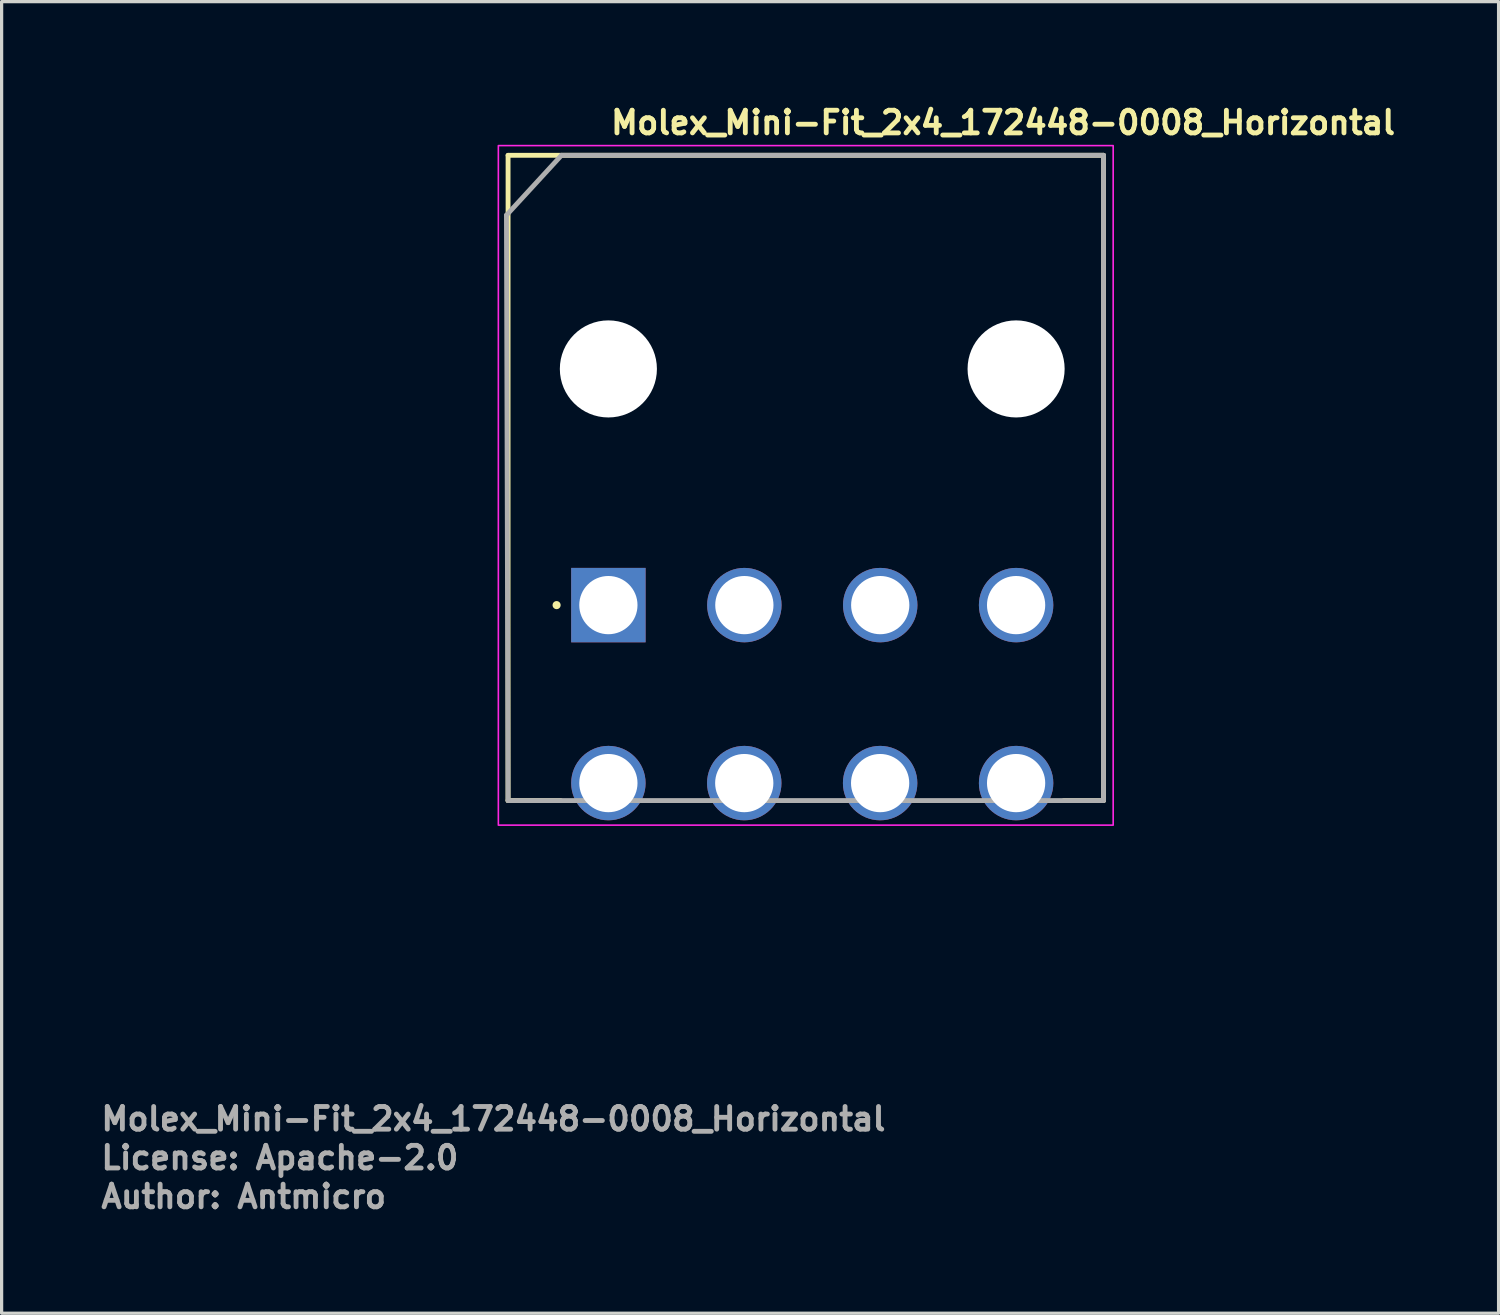
<source format=kicad_pcb>
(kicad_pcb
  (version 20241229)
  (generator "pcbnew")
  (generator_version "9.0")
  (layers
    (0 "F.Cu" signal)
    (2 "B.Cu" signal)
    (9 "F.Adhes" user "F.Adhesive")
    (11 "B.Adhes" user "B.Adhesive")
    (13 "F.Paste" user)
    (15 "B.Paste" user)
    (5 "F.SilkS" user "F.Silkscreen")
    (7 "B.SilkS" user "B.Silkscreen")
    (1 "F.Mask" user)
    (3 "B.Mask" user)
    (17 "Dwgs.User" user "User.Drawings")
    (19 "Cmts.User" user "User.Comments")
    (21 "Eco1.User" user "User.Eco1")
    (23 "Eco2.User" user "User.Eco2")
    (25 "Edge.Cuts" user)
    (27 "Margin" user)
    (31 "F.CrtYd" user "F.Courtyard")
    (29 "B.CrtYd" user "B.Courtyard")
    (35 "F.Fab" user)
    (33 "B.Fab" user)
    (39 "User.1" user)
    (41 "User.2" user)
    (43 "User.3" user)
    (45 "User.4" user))
  (footprint "Molex_Mini-Fit_2x4_172448-0008_Horizontal"
    (layer "F.Cu")
    (at 15.751 15.65)
    (property "Reference" "Molex_Mini-Fit_2x4_172448-0008_Horizontal" (at 0 -14.5 0) (layer "F.SilkS") (effects (font (size 0.7 0.7) (thickness 0.15)) (justify left bottom)))
    (attr through_hole)
    (fp_circle (center 0 -7.299) (end -0.788 -7.299) (stroke (width 1.576) (type solid)) (fill no) (layer "F.Mask"))
    (fp_circle (center 12.6 -7.299) (end 11.812 -7.299) (stroke (width 1.576) (type solid)) (fill no) (layer "F.Mask"))
    (fp_circle (center 0 -7.299) (end -0.788 -7.299) (stroke (width 1.576) (type solid)) (fill no) (layer "B.Mask"))
    (fp_circle (center 12.6 -7.299) (end 11.812 -7.299) (stroke (width 1.576) (type solid)) (fill no) (layer "B.Mask"))
    (fp_line (start -3.1 -13.9) (end 15.301 -13.9) (stroke (width 0.15) (type solid)) (layer "F.SilkS"))
    (fp_line (start -3.1 6.04) (end -3.1 -13.9) (stroke (width 0.15) (type solid)) (layer "F.SilkS"))
    (fp_line (start -3.1 6.04) (end -1.475 6.04) (stroke (width 0.15) (type solid)) (layer "F.SilkS"))
    (fp_line (start 15.301 -13.9) (end 15.301 6.04) (stroke (width 0.15) (type solid)) (layer "F.SilkS"))
    (fp_line (start 15.301 6.04) (end 14.077 6.04) (stroke (width 0.15) (type solid)) (layer "F.SilkS"))
    (fp_circle (center -1.6 0) (end -1.65 0) (stroke (width 0.15) (type solid)) (fill yes) (layer "F.SilkS"))
    (fp_rect (start 15.6 6.8) (end -3.4 -14.2) (stroke (width 0.05) (type solid)) (fill no) (layer "F.CrtYd"))
    (fp_line (start -3.15 -12.05) (end -1.45 -13.9) (stroke (width 0.15) (type solid)) (layer "F.Fab"))
    (fp_line (start -3.1 6.04) (end -3.15 -12.05) (stroke (width 0.15) (type solid)) (layer "F.Fab"))
    (fp_line (start -1.45 -13.9) (end 15.301 -13.9) (stroke (width 0.15) (type solid)) (layer "F.Fab"))
    (fp_line (start 15.301 -13.9) (end 15.301 6.04) (stroke (width 0.15) (type solid)) (layer "F.Fab"))
    (fp_line (start 15.301 6.04) (end -3.1 6.04) (stroke (width 0.15) (type solid)) (layer "F.Fab"))
    (fp_rect (start 15.301 6.476) (end -3.1 -13.788) (stroke (width 0.1) (type solid)) (fill no) (layer "User.5"))
    (fp_line (start -3.1 -13.788) (end -3.1 -0.988) (stroke (width 0.02) (type solid)) (layer "User.9"))
    (fp_line (start -2.982 -13.788) (end -3.1 -13.788) (stroke (width 0.02) (type solid)) (layer "User.9"))
    (fp_line (start -2.982 -13.788) (end -2.982 -13.788) (stroke (width 0.02) (type solid)) (layer "User.9"))
    (fp_line (start -2.982 -0.988) (end -3.1 -0.988) (stroke (width 0.02) (type solid)) (layer "User.9"))
    (fp_line (start -2.982 -0.988) (end -2.982 -0.988) (stroke (width 0.02) (type solid)) (layer "User.9"))
    (fp_line (start -2.7 -13.788) (end -2.982 -13.788) (stroke (width 0.02) (type solid)) (layer "User.9"))
    (fp_line (start -2.7 -13.788) (end -2.612 -13.788) (stroke (width 0.02) (type solid)) (layer "User.9"))
    (fp_line (start -2.7 -0.988) (end -2.982 -0.988) (stroke (width 0.02) (type solid)) (layer "User.9"))
    (fp_line (start -2.7 -0.988) (end -2.7 -13.788) (stroke (width 0.02) (type solid)) (layer "User.9"))
    (fp_line (start -2.612 -13.788) (end -2.612 -13.788) (stroke (width 0.02) (type solid)) (layer "User.9"))
    (fp_line (start -2.612 -13.788) (end -2.398 -13.788) (stroke (width 0.02) (type solid)) (layer "User.9"))
    (fp_line (start -2.612 -0.988) (end -2.7 -0.988) (stroke (width 0.02) (type solid)) (layer "User.9"))
    (fp_line (start -2.612 -0.988) (end -2.612 -0.988) (stroke (width 0.02) (type solid)) (layer "User.9"))
    (fp_line (start -2.398 -0.988) (end -2.612 -0.988) (stroke (width 0.02) (type solid)) (layer "User.9"))
    (fp_line (start -0.935 0.075) (end -0.933 0.133) (stroke (width 0.02) (type solid)) (layer "User.9"))
    (fp_line (start -0.933 0.019) (end -0.935 0.075) (stroke (width 0.02) (type solid)) (layer "User.9"))
    (fp_line (start -0.933 0.133) (end -0.928 0.187) (stroke (width 0.02) (type solid)) (layer "User.9"))
    (fp_line (start -0.928 -0.036) (end -0.933 0.019) (stroke (width 0.02) (type solid)) (layer "User.9"))
    (fp_line (start -0.928 0.187) (end -0.919 0.242) (stroke (width 0.02) (type solid)) (layer "User.9"))
    (fp_line (start -0.919 -0.09) (end -0.928 -0.036) (stroke (width 0.02) (type solid)) (layer "User.9"))
    (fp_line (start -0.919 0.242) (end -0.907 0.296) (stroke (width 0.02) (type solid)) (layer "User.9"))
    (fp_line (start -0.907 -0.144) (end -0.919 -0.09) (stroke (width 0.02) (type solid)) (layer "User.9"))
    (fp_line (start -0.907 0.296) (end -0.891 0.35) (stroke (width 0.02) (type solid)) (layer "User.9"))
    (fp_line (start -0.891 -0.198) (end -0.907 -0.144) (stroke (width 0.02) (type solid)) (layer "User.9"))
    (fp_line (start -0.891 0.35) (end -0.873 0.401) (stroke (width 0.02) (type solid)) (layer "User.9"))
    (fp_line (start -0.873 -0.248) (end -0.891 -0.198) (stroke (width 0.02) (type solid)) (layer "User.9"))
    (fp_line (start -0.873 0.401) (end -0.852 0.452) (stroke (width 0.02) (type solid)) (layer "User.9"))
    (fp_line (start -0.865 5.526) (end -0.861 5.476) (stroke (width 0.02) (type solid)) (layer "User.9"))
    (fp_line (start -0.865 5.577) (end -0.865 5.526) (stroke (width 0.02) (type solid)) (layer "User.9"))
    (fp_line (start -0.865 5.606) (end -0.865 5.577) (stroke (width 0.02) (type solid)) (layer "User.9"))
    (fp_line (start -0.865 5.635) (end -0.865 5.606) (stroke (width 0.02) (type solid)) (layer "User.9"))
    (fp_line (start -0.862 5.665) (end -0.865 5.635) (stroke (width 0.02) (type solid)) (layer "User.9"))
    (fp_line (start -0.861 5.476) (end -0.853 5.427) (stroke (width 0.02) (type solid)) (layer "User.9"))
    (fp_line (start -0.858 5.696) (end -0.862 5.665) (stroke (width 0.02) (type solid)) (layer "User.9"))
    (fp_line (start -0.853 5.427) (end -0.843 5.377) (stroke (width 0.02) (type solid)) (layer "User.9"))
    (fp_line (start -0.853 5.725) (end -0.858 5.696) (stroke (width 0.02) (type solid)) (layer "User.9"))
    (fp_line (start -0.852 -0.299) (end -0.873 -0.248) (stroke (width 0.02) (type solid)) (layer "User.9"))
    (fp_line (start -0.852 0.452) (end -0.828 0.5) (stroke (width 0.02) (type solid)) (layer "User.9"))
    (fp_line (start -0.849 5.753) (end -0.853 5.725) (stroke (width 0.02) (type solid)) (layer "User.9"))
    (fp_line (start -0.843 5.377) (end -0.832 5.329) (stroke (width 0.02) (type solid)) (layer "User.9"))
    (fp_line (start -0.842 5.782) (end -0.849 5.753) (stroke (width 0.02) (type solid)) (layer "User.9"))
    (fp_line (start -0.835 5.811) (end -0.842 5.782) (stroke (width 0.02) (type solid)) (layer "User.9"))
    (fp_line (start -0.832 5.329) (end -0.817 5.282) (stroke (width 0.02) (type solid)) (layer "User.9"))
    (fp_line (start -0.828 -0.349) (end -0.852 -0.299) (stroke (width 0.02) (type solid)) (layer "User.9"))
    (fp_line (start -0.828 0.5) (end -0.801 0.548) (stroke (width 0.02) (type solid)) (layer "User.9"))
    (fp_line (start -0.826 5.84) (end -0.835 5.811) (stroke (width 0.02) (type solid)) (layer "User.9"))
    (fp_line (start -0.817 5.282) (end -0.8 5.236) (stroke (width 0.02) (type solid)) (layer "User.9"))
    (fp_line (start -0.817 5.867) (end -0.826 5.84) (stroke (width 0.02) (type solid)) (layer "User.9"))
    (fp_line (start -0.807 5.895) (end -0.817 5.867) (stroke (width 0.02) (type solid)) (layer "User.9"))
    (fp_line (start -0.801 -0.396) (end -0.828 -0.349) (stroke (width 0.02) (type solid)) (layer "User.9"))
    (fp_line (start -0.801 0.548) (end -0.771 0.593) (stroke (width 0.02) (type solid)) (layer "User.9"))
    (fp_line (start -0.8 5.236) (end -0.779 5.191) (stroke (width 0.02) (type solid)) (layer "User.9"))
    (fp_line (start -0.797 5.922) (end -0.807 5.895) (stroke (width 0.02) (type solid)) (layer "User.9"))
    (fp_line (start -0.785 5.949) (end -0.797 5.922) (stroke (width 0.02) (type solid)) (layer "User.9"))
    (fp_line (start -0.779 5.191) (end -0.756 5.146) (stroke (width 0.02) (type solid)) (layer "User.9"))
    (fp_line (start -0.772 5.975) (end -0.785 5.949) (stroke (width 0.02) (type solid)) (layer "User.9"))
    (fp_line (start -0.771 -0.441) (end -0.801 -0.396) (stroke (width 0.02) (type solid)) (layer "User.9"))
    (fp_line (start -0.771 0.593) (end -0.737 0.637) (stroke (width 0.02) (type solid)) (layer "User.9"))
    (fp_line (start -0.759 6) (end -0.772 5.975) (stroke (width 0.02) (type solid)) (layer "User.9"))
    (fp_line (start -0.756 5.146) (end -0.733 5.103) (stroke (width 0.02) (type solid)) (layer "User.9"))
    (fp_line (start -0.746 6.026) (end -0.759 6) (stroke (width 0.02) (type solid)) (layer "User.9"))
    (fp_line (start -0.737 -0.485) (end -0.771 -0.441) (stroke (width 0.02) (type solid)) (layer "User.9"))
    (fp_line (start -0.737 0.637) (end -0.702 0.68) (stroke (width 0.02) (type solid)) (layer "User.9"))
    (fp_line (start -0.733 5.103) (end -0.705 5.063) (stroke (width 0.02) (type solid)) (layer "User.9"))
    (fp_line (start -0.73 6.05) (end -0.746 6.026) (stroke (width 0.02) (type solid)) (layer "User.9"))
    (fp_line (start -0.714 6.076) (end -0.73 6.05) (stroke (width 0.02) (type solid)) (layer "User.9"))
    (fp_line (start -0.705 5.063) (end -0.676 5.023) (stroke (width 0.02) (type solid)) (layer "User.9"))
    (fp_line (start -0.702 -0.528) (end -0.737 -0.485) (stroke (width 0.02) (type solid)) (layer "User.9"))
    (fp_line (start -0.702 0.68) (end -0.664 0.719) (stroke (width 0.02) (type solid)) (layer "User.9"))
    (fp_line (start -0.698 6.1) (end -0.714 6.076) (stroke (width 0.02) (type solid)) (layer "User.9"))
    (fp_line (start -0.681 6.122) (end -0.698 6.1) (stroke (width 0.02) (type solid)) (layer "User.9"))
    (fp_line (start -0.676 5.023) (end -0.644 4.984) (stroke (width 0.02) (type solid)) (layer "User.9"))
    (fp_line (start -0.664 -0.568) (end -0.702 -0.528) (stroke (width 0.02) (type solid)) (layer "User.9"))
    (fp_line (start -0.664 0.719) (end -0.622 0.756) (stroke (width 0.02) (type solid)) (layer "User.9"))
    (fp_line (start -0.663 6.146) (end -0.681 6.122) (stroke (width 0.02) (type solid)) (layer "User.9"))
    (fp_line (start -0.644 4.984) (end -0.611 4.947) (stroke (width 0.02) (type solid)) (layer "User.9"))
    (fp_line (start -0.644 6.169) (end -0.663 6.146) (stroke (width 0.02) (type solid)) (layer "User.9"))
    (fp_line (start -0.624 6.189) (end -0.644 6.169) (stroke (width 0.02) (type solid)) (layer "User.9"))
    (fp_line (start -0.622 -0.604) (end -0.664 -0.568) (stroke (width 0.02) (type solid)) (layer "User.9"))
    (fp_line (start -0.622 0.756) (end -0.579 0.792) (stroke (width 0.02) (type solid)) (layer "User.9"))
    (fp_line (start -0.611 4.947) (end -0.574 4.912) (stroke (width 0.02) (type solid)) (layer "User.9"))
    (fp_line (start -0.603 6.212) (end -0.624 6.189) (stroke (width 0.02) (type solid)) (layer "User.9"))
    (fp_line (start -0.583 6.231) (end -0.603 6.212) (stroke (width 0.02) (type solid)) (layer "User.9"))
    (fp_line (start -0.579 -0.64) (end -0.622 -0.604) (stroke (width 0.02) (type solid)) (layer "User.9"))
    (fp_line (start -0.579 0.792) (end -0.535 0.825) (stroke (width 0.02) (type solid)) (layer "User.9"))
    (fp_line (start -0.574 4.912) (end -0.537 4.88) (stroke (width 0.02) (type solid)) (layer "User.9"))
    (fp_line (start -0.56 6.252) (end -0.583 6.231) (stroke (width 0.02) (type solid)) (layer "User.9"))
    (fp_line (start -0.538 6.271) (end -0.56 6.252) (stroke (width 0.02) (type solid)) (layer "User.9"))
    (fp_line (start -0.535 -0.988) (end -0.535 4.577) (stroke (width 0.02) (type solid)) (layer "User.9"))
    (fp_line (start -0.535 -0.673) (end -0.579 -0.64) (stroke (width 0.02) (type solid)) (layer "User.9"))
    (fp_line (start -0.535 4.577) (end -0.535 5.095) (stroke (width 0.02) (type solid)) (layer "User.9"))
    (fp_line (start -0.535 5.095) (end -0.535 5.095) (stroke (width 0.02) (type solid)) (layer "User.9"))
    (fp_line (start -0.535 5.095) (end -0.535 5.257) (stroke (width 0.02) (type solid)) (layer "User.9"))
    (fp_line (start -0.535 5.257) (end -0.535 5.257) (stroke (width 0.02) (type solid)) (layer "User.9"))
    (fp_line (start -0.535 5.257) (end -0.535 5.412) (stroke (width 0.02) (type solid)) (layer "User.9"))
    (fp_line (start -0.535 5.412) (end -0.535 5.412) (stroke (width 0.02) (type solid)) (layer "User.9"))
    (fp_line (start -0.535 5.412) (end -0.535 5.555) (stroke (width 0.02) (type solid)) (layer "User.9"))
    (fp_line (start -0.535 5.555) (end -0.535 5.555) (stroke (width 0.02) (type solid)) (layer "User.9"))
    (fp_line (start -0.535 5.555) (end -0.535 5.686) (stroke (width 0.02) (type solid)) (layer "User.9"))
    (fp_line (start -0.535 5.686) (end -0.535 5.686) (stroke (width 0.02) (type solid)) (layer "User.9"))
    (fp_line (start -0.535 5.686) (end -0.535 5.803) (stroke (width 0.02) (type solid)) (layer "User.9"))
    (fp_line (start -0.535 5.803) (end -0.535 5.803) (stroke (width 0.02) (type solid)) (layer "User.9"))
    (fp_line (start -0.535 5.803) (end -0.535 5.906) (stroke (width 0.02) (type solid)) (layer "User.9"))
    (fp_line (start -0.535 5.906) (end -0.535 5.906) (stroke (width 0.02) (type solid)) (layer "User.9"))
    (fp_line (start -0.535 5.906) (end -0.535 5.991) (stroke (width 0.02) (type solid)) (layer "User.9"))
    (fp_line (start -0.535 5.991) (end -0.535 5.991) (stroke (width 0.02) (type solid)) (layer "User.9"))
    (fp_line (start -0.535 5.991) (end -0.535 6.058) (stroke (width 0.02) (type solid)) (layer "User.9"))
    (fp_line (start -0.535 6.058) (end -0.535 6.058) (stroke (width 0.02) (type solid)) (layer "User.9"))
    (fp_line (start -0.535 6.058) (end -0.535 6.106) (stroke (width 0.02) (type solid)) (layer "User.9"))
    (fp_line (start -0.535 6.106) (end -0.535 6.106) (stroke (width 0.02) (type solid)) (layer "User.9"))
    (fp_line (start -0.535 6.106) (end -0.535 6.136) (stroke (width 0.02) (type solid)) (layer "User.9"))
    (fp_line (start -0.535 6.136) (end -0.535 6.136) (stroke (width 0.02) (type solid)) (layer "User.9"))
    (fp_line (start -0.535 6.136) (end -0.535 6.146) (stroke (width 0.02) (type solid)) (layer "User.9"))
    (fp_line (start -0.515 6.289) (end -0.538 6.271) (stroke (width 0.02) (type solid)) (layer "User.9"))
    (fp_line (start -0.492 6.306) (end -0.515 6.289) (stroke (width 0.02) (type solid)) (layer "User.9"))
    (fp_line (start -0.467 6.324) (end -0.492 6.306) (stroke (width 0.02) (type solid)) (layer "User.9"))
    (fp_line (start -0.442 6.34) (end -0.467 6.324) (stroke (width 0.02) (type solid)) (layer "User.9"))
    (fp_line (start -0.416 6.356) (end -0.442 6.34) (stroke (width 0.02) (type solid)) (layer "User.9"))
    (fp_line (start -0.416 6.356) (end -0.416 6.356) (stroke (width 0.02) (type solid)) (layer "User.9"))
    (fp_line (start -0.364 6.383) (end -0.416 6.356) (stroke (width 0.02) (type solid)) (layer "User.9"))
    (fp_line (start -0.308 6.409) (end -0.364 6.383) (stroke (width 0.02) (type solid)) (layer "User.9"))
    (fp_line (start -0.253 6.428) (end -0.308 6.409) (stroke (width 0.02) (type solid)) (layer "User.9"))
    (fp_line (start -0.198 6.446) (end -0.253 6.428) (stroke (width 0.02) (type solid)) (layer "User.9"))
    (fp_line (start -0.14 6.46) (end -0.198 6.446) (stroke (width 0.02) (type solid)) (layer "User.9"))
    (fp_line (start -0.083 6.468) (end -0.14 6.46) (stroke (width 0.02) (type solid)) (layer "User.9"))
    (fp_line (start -0.025 6.475) (end -0.083 6.468) (stroke (width 0.02) (type solid)) (layer "User.9"))
    (fp_line (start 0.033 6.476) (end -0.025 6.475) (stroke (width 0.02) (type solid)) (layer "User.9"))
    (fp_line (start 0.093 6.475) (end 0.033 6.476) (stroke (width 0.02) (type solid)) (layer "User.9"))
    (fp_line (start 0.151 6.468) (end 0.093 6.475) (stroke (width 0.02) (type solid)) (layer "User.9"))
    (fp_line (start 0.208 6.46) (end 0.151 6.468) (stroke (width 0.02) (type solid)) (layer "User.9"))
    (fp_line (start 0.266 6.446) (end 0.208 6.46) (stroke (width 0.02) (type solid)) (layer "User.9"))
    (fp_line (start 0.321 6.428) (end 0.266 6.446) (stroke (width 0.02) (type solid)) (layer "User.9"))
    (fp_line (start 0.376 6.409) (end 0.321 6.428) (stroke (width 0.02) (type solid)) (layer "User.9"))
    (fp_line (start 0.431 6.383) (end 0.376 6.409) (stroke (width 0.02) (type solid)) (layer "User.9"))
    (fp_line (start 0.484 6.356) (end 0.431 6.383) (stroke (width 0.02) (type solid)) (layer "User.9"))
    (fp_line (start 0.484 6.356) (end 0.484 6.356) (stroke (width 0.02) (type solid)) (layer "User.9"))
    (fp_line (start 0.535 4.577) (end 0.535 5.095) (stroke (width 0.02) (type solid)) (layer "User.9"))
    (fp_line (start 0.535 4.827) (end 0.58 4.861) (stroke (width 0.02) (type solid)) (layer "User.9"))
    (fp_line (start 0.535 5.095) (end 0.535 5.095) (stroke (width 0.02) (type solid)) (layer "User.9"))
    (fp_line (start 0.535 5.095) (end 0.535 5.257) (stroke (width 0.02) (type solid)) (layer "User.9"))
    (fp_line (start 0.535 5.257) (end 0.535 5.257) (stroke (width 0.02) (type solid)) (layer "User.9"))
    (fp_line (start 0.535 5.257) (end 0.535 5.412) (stroke (width 0.02) (type solid)) (layer "User.9"))
    (fp_line (start 0.535 5.412) (end 0.535 5.412) (stroke (width 0.02) (type solid)) (layer "User.9"))
    (fp_line (start 0.535 5.412) (end 0.535 5.555) (stroke (width 0.02) (type solid)) (layer "User.9"))
    (fp_line (start 0.535 5.555) (end 0.535 5.555) (stroke (width 0.02) (type solid)) (layer "User.9"))
    (fp_line (start 0.535 5.555) (end 0.535 5.686) (stroke (width 0.02) (type solid)) (layer "User.9"))
    (fp_line (start 0.535 5.686) (end 0.535 5.686) (stroke (width 0.02) (type solid)) (layer "User.9"))
    (fp_line (start 0.535 5.686) (end 0.535 5.803) (stroke (width 0.02) (type solid)) (layer "User.9"))
    (fp_line (start 0.535 5.803) (end 0.535 5.803) (stroke (width 0.02) (type solid)) (layer "User.9"))
    (fp_line (start 0.535 5.803) (end 0.535 5.906) (stroke (width 0.02) (type solid)) (layer "User.9"))
    (fp_line (start 0.535 5.906) (end 0.535 5.906) (stroke (width 0.02) (type solid)) (layer "User.9"))
    (fp_line (start 0.535 5.906) (end 0.535 5.991) (stroke (width 0.02) (type solid)) (layer "User.9"))
    (fp_line (start 0.535 5.991) (end 0.535 5.991) (stroke (width 0.02) (type solid)) (layer "User.9"))
    (fp_line (start 0.535 5.991) (end 0.535 6.058) (stroke (width 0.02) (type solid)) (layer "User.9"))
    (fp_line (start 0.535 6.058) (end 0.535 6.058) (stroke (width 0.02) (type solid)) (layer "User.9"))
    (fp_line (start 0.535 6.058) (end 0.535 6.106) (stroke (width 0.02) (type solid)) (layer "User.9"))
    (fp_line (start 0.535 6.106) (end 0.535 6.106) (stroke (width 0.02) (type solid)) (layer "User.9"))
    (fp_line (start 0.535 6.106) (end 0.535 6.136) (stroke (width 0.02) (type solid)) (layer "User.9"))
    (fp_line (start 0.535 6.136) (end 0.535 6.136) (stroke (width 0.02) (type solid)) (layer "User.9"))
    (fp_line (start 0.535 6.136) (end 0.535 6.146) (stroke (width 0.02) (type solid)) (layer "User.9"))
    (fp_line (start 0.535 6.146) (end -0.535 6.146) (stroke (width 0.02) (type solid)) (layer "User.9"))
    (fp_line (start 0.535 6.324) (end 0.484 6.356) (stroke (width 0.02) (type solid)) (layer "User.9"))
    (fp_line (start 0.537 -0.988) (end 0.537 4.577) (stroke (width 0.02) (type solid)) (layer "User.9"))
    (fp_line (start 0.537 0.773) (end 0.575 0.739) (stroke (width 0.02) (type solid)) (layer "User.9"))
    (fp_line (start 0.575 -0.587) (end 0.537 -0.62) (stroke (width 0.02) (type solid)) (layer "User.9"))
    (fp_line (start 0.575 0.739) (end 0.61 0.704) (stroke (width 0.02) (type solid)) (layer "User.9"))
    (fp_line (start 0.58 4.861) (end 0.622 4.896) (stroke (width 0.02) (type solid)) (layer "User.9"))
    (fp_line (start 0.584 6.289) (end 0.535 6.324) (stroke (width 0.02) (type solid)) (layer "User.9"))
    (fp_line (start 0.61 -0.553) (end 0.575 -0.587) (stroke (width 0.02) (type solid)) (layer "User.9"))
    (fp_line (start 0.61 0.704) (end 0.645 0.668) (stroke (width 0.02) (type solid)) (layer "User.9"))
    (fp_line (start 0.622 4.896) (end 0.664 4.933) (stroke (width 0.02) (type solid)) (layer "User.9"))
    (fp_line (start 0.629 6.252) (end 0.584 6.289) (stroke (width 0.02) (type solid)) (layer "User.9"))
    (fp_line (start 0.645 -0.516) (end 0.61 -0.553) (stroke (width 0.02) (type solid)) (layer "User.9"))
    (fp_line (start 0.645 0.668) (end 0.676 0.629) (stroke (width 0.02) (type solid)) (layer "User.9"))
    (fp_line (start 0.664 4.933) (end 0.702 4.973) (stroke (width 0.02) (type solid)) (layer "User.9"))
    (fp_line (start 0.671 6.212) (end 0.629 6.252) (stroke (width 0.02) (type solid)) (layer "User.9"))
    (fp_line (start 0.676 -0.478) (end 0.645 -0.516) (stroke (width 0.02) (type solid)) (layer "User.9"))
    (fp_line (start 0.676 0.629) (end 0.705 0.589) (stroke (width 0.02) (type solid)) (layer "User.9"))
    (fp_line (start 0.702 4.973) (end 0.738 5.015) (stroke (width 0.02) (type solid)) (layer "User.9"))
    (fp_line (start 0.705 -0.437) (end 0.676 -0.478) (stroke (width 0.02) (type solid)) (layer "User.9"))
    (fp_line (start 0.705 0.589) (end 0.732 0.549) (stroke (width 0.02) (type solid)) (layer "User.9"))
    (fp_line (start 0.712 6.169) (end 0.671 6.212) (stroke (width 0.02) (type solid)) (layer "User.9"))
    (fp_line (start 0.732 -0.397) (end 0.705 -0.437) (stroke (width 0.02) (type solid)) (layer "User.9"))
    (fp_line (start 0.732 0.549) (end 0.756 0.505) (stroke (width 0.02) (type solid)) (layer "User.9"))
    (fp_line (start 0.738 5.015) (end 0.77 5.058) (stroke (width 0.02) (type solid)) (layer "User.9"))
    (fp_line (start 0.748 6.122) (end 0.712 6.169) (stroke (width 0.02) (type solid)) (layer "User.9"))
    (fp_line (start 0.756 -0.353) (end 0.732 -0.397) (stroke (width 0.02) (type solid)) (layer "User.9"))
    (fp_line (start 0.756 0.505) (end 0.78 0.462) (stroke (width 0.02) (type solid)) (layer "User.9"))
    (fp_line (start 0.77 5.058) (end 0.801 5.104) (stroke (width 0.02) (type solid)) (layer "User.9"))
    (fp_line (start 0.78 -0.309) (end 0.756 -0.353) (stroke (width 0.02) (type solid)) (layer "User.9"))
    (fp_line (start 0.78 0.462) (end 0.8 0.417) (stroke (width 0.02) (type solid)) (layer "User.9"))
    (fp_line (start 0.783 6.076) (end 0.748 6.122) (stroke (width 0.02) (type solid)) (layer "User.9"))
    (fp_line (start 0.8 -0.265) (end 0.78 -0.309) (stroke (width 0.02) (type solid)) (layer "User.9"))
    (fp_line (start 0.8 0.417) (end 0.817 0.369) (stroke (width 0.02) (type solid)) (layer "User.9"))
    (fp_line (start 0.801 5.104) (end 0.828 5.151) (stroke (width 0.02) (type solid)) (layer "User.9"))
    (fp_line (start 0.814 6.026) (end 0.783 6.076) (stroke (width 0.02) (type solid)) (layer "User.9"))
    (fp_line (start 0.817 -0.217) (end 0.8 -0.265) (stroke (width 0.02) (type solid)) (layer "User.9"))
    (fp_line (start 0.817 0.369) (end 0.832 0.323) (stroke (width 0.02) (type solid)) (layer "User.9"))
    (fp_line (start 0.828 5.151) (end 0.853 5.201) (stroke (width 0.02) (type solid)) (layer "User.9"))
    (fp_line (start 0.832 -0.171) (end 0.817 -0.217) (stroke (width 0.02) (type solid)) (layer "User.9"))
    (fp_line (start 0.832 0.323) (end 0.843 0.275) (stroke (width 0.02) (type solid)) (layer "User.9"))
    (fp_line (start 0.84 5.975) (end 0.814 6.026) (stroke (width 0.02) (type solid)) (layer "User.9"))
    (fp_line (start 0.843 -0.122) (end 0.832 -0.171) (stroke (width 0.02) (type solid)) (layer "User.9"))
    (fp_line (start 0.843 0.275) (end 0.853 0.226) (stroke (width 0.02) (type solid)) (layer "User.9"))
    (fp_line (start 0.853 -0.073) (end 0.843 -0.122) (stroke (width 0.02) (type solid)) (layer "User.9"))
    (fp_line (start 0.853 0.226) (end 0.86 0.176) (stroke (width 0.02) (type solid)) (layer "User.9"))
    (fp_line (start 0.853 5.201) (end 0.873 5.252) (stroke (width 0.02) (type solid)) (layer "User.9"))
    (fp_line (start 0.86 -0.025) (end 0.853 -0.073) (stroke (width 0.02) (type solid)) (layer "User.9"))
    (fp_line (start 0.86 0.176) (end 0.864 0.126) (stroke (width 0.02) (type solid)) (layer "User.9"))
    (fp_line (start 0.864 0.026) (end 0.86 -0.025) (stroke (width 0.02) (type solid)) (layer "User.9"))
    (fp_line (start 0.864 0.126) (end 0.865 0.075) (stroke (width 0.02) (type solid)) (layer "User.9"))
    (fp_line (start 0.865 0.075) (end 0.864 0.026) (stroke (width 0.02) (type solid)) (layer "User.9"))
    (fp_line (start 0.866 5.922) (end 0.84 5.975) (stroke (width 0.02) (type solid)) (layer "User.9"))
    (fp_line (start 0.873 5.252) (end 0.892 5.303) (stroke (width 0.02) (type solid)) (layer "User.9"))
    (fp_line (start 0.885 5.867) (end 0.866 5.922) (stroke (width 0.02) (type solid)) (layer "User.9"))
    (fp_line (start 0.892 5.303) (end 0.907 5.356) (stroke (width 0.02) (type solid)) (layer "User.9"))
    (fp_line (start 0.902 5.811) (end 0.885 5.867) (stroke (width 0.02) (type solid)) (layer "User.9"))
    (fp_line (start 0.907 5.356) (end 0.918 5.409) (stroke (width 0.02) (type solid)) (layer "User.9"))
    (fp_line (start 0.917 5.753) (end 0.902 5.811) (stroke (width 0.02) (type solid)) (layer "User.9"))
    (fp_line (start 0.918 5.409) (end 0.927 5.465) (stroke (width 0.02) (type solid)) (layer "User.9"))
    (fp_line (start 0.927 5.465) (end 0.933 5.52) (stroke (width 0.02) (type solid)) (layer "User.9"))
    (fp_line (start 0.927 5.696) (end 0.917 5.753) (stroke (width 0.02) (type solid)) (layer "User.9"))
    (fp_line (start 0.933 5.52) (end 0.934 5.577) (stroke (width 0.02) (type solid)) (layer "User.9"))
    (fp_line (start 0.933 5.635) (end 0.927 5.696) (stroke (width 0.02) (type solid)) (layer "User.9"))
    (fp_line (start 0.934 5.577) (end 0.933 5.635) (stroke (width 0.02) (type solid)) (layer "User.9"))
    (fp_line (start 3.266 0.075) (end 3.267 0.133) (stroke (width 0.02) (type solid)) (layer "User.9"))
    (fp_line (start 3.267 0.019) (end 3.266 0.075) (stroke (width 0.02) (type solid)) (layer "User.9"))
    (fp_line (start 3.267 0.133) (end 3.273 0.187) (stroke (width 0.02) (type solid)) (layer "User.9"))
    (fp_line (start 3.273 -0.036) (end 3.267 0.019) (stroke (width 0.02) (type solid)) (layer "User.9"))
    (fp_line (start 3.273 0.187) (end 3.282 0.242) (stroke (width 0.02) (type solid)) (layer "User.9"))
    (fp_line (start 3.282 -0.09) (end 3.273 -0.036) (stroke (width 0.02) (type solid)) (layer "User.9"))
    (fp_line (start 3.282 0.242) (end 3.294 0.296) (stroke (width 0.02) (type solid)) (layer "User.9"))
    (fp_line (start 3.294 -0.144) (end 3.282 -0.09) (stroke (width 0.02) (type solid)) (layer "User.9"))
    (fp_line (start 3.294 0.296) (end 3.309 0.35) (stroke (width 0.02) (type solid)) (layer "User.9"))
    (fp_line (start 3.309 -0.198) (end 3.294 -0.144) (stroke (width 0.02) (type solid)) (layer "User.9"))
    (fp_line (start 3.309 0.35) (end 3.326 0.401) (stroke (width 0.02) (type solid)) (layer "User.9"))
    (fp_line (start 3.326 -0.248) (end 3.309 -0.198) (stroke (width 0.02) (type solid)) (layer "User.9"))
    (fp_line (start 3.326 0.401) (end 3.347 0.452) (stroke (width 0.02) (type solid)) (layer "User.9"))
    (fp_line (start 3.334 5.577) (end 3.336 5.526) (stroke (width 0.02) (type solid)) (layer "User.9"))
    (fp_line (start 3.334 5.606) (end 3.334 5.577) (stroke (width 0.02) (type solid)) (layer "User.9"))
    (fp_line (start 3.336 5.526) (end 3.34 5.476) (stroke (width 0.02) (type solid)) (layer "User.9"))
    (fp_line (start 3.336 5.635) (end 3.334 5.606) (stroke (width 0.02) (type solid)) (layer "User.9"))
    (fp_line (start 3.338 5.665) (end 3.336 5.635) (stroke (width 0.02) (type solid)) (layer "User.9"))
    (fp_line (start 3.34 5.476) (end 3.347 5.427) (stroke (width 0.02) (type solid)) (layer "User.9"))
    (fp_line (start 3.341 5.696) (end 3.338 5.665) (stroke (width 0.02) (type solid)) (layer "User.9"))
    (fp_line (start 3.347 -0.299) (end 3.326 -0.248) (stroke (width 0.02) (type solid)) (layer "User.9"))
    (fp_line (start 3.347 0.452) (end 3.372 0.5) (stroke (width 0.02) (type solid)) (layer "User.9"))
    (fp_line (start 3.347 5.427) (end 3.356 5.377) (stroke (width 0.02) (type solid)) (layer "User.9"))
    (fp_line (start 3.347 5.725) (end 3.341 5.696) (stroke (width 0.02) (type solid)) (layer "User.9"))
    (fp_line (start 3.352 5.753) (end 3.347 5.725) (stroke (width 0.02) (type solid)) (layer "User.9"))
    (fp_line (start 3.356 5.377) (end 3.369 5.329) (stroke (width 0.02) (type solid)) (layer "User.9"))
    (fp_line (start 3.357 5.782) (end 3.352 5.753) (stroke (width 0.02) (type solid)) (layer "User.9"))
    (fp_line (start 3.366 5.811) (end 3.357 5.782) (stroke (width 0.02) (type solid)) (layer "User.9"))
    (fp_line (start 3.369 5.329) (end 3.383 5.282) (stroke (width 0.02) (type solid)) (layer "User.9"))
    (fp_line (start 3.372 -0.349) (end 3.347 -0.299) (stroke (width 0.02) (type solid)) (layer "User.9"))
    (fp_line (start 3.372 0.5) (end 3.399 0.548) (stroke (width 0.02) (type solid)) (layer "User.9"))
    (fp_line (start 3.373 5.84) (end 3.366 5.811) (stroke (width 0.02) (type solid)) (layer "User.9"))
    (fp_line (start 3.382 5.867) (end 3.373 5.84) (stroke (width 0.02) (type solid)) (layer "User.9"))
    (fp_line (start 3.383 5.282) (end 3.401 5.236) (stroke (width 0.02) (type solid)) (layer "User.9"))
    (fp_line (start 3.392 5.895) (end 3.382 5.867) (stroke (width 0.02) (type solid)) (layer "User.9"))
    (fp_line (start 3.399 -0.396) (end 3.372 -0.349) (stroke (width 0.02) (type solid)) (layer "User.9"))
    (fp_line (start 3.399 0.548) (end 3.43 0.593) (stroke (width 0.02) (type solid)) (layer "User.9"))
    (fp_line (start 3.401 5.236) (end 3.42 5.191) (stroke (width 0.02) (type solid)) (layer "User.9"))
    (fp_line (start 3.402 5.922) (end 3.392 5.895) (stroke (width 0.02) (type solid)) (layer "User.9"))
    (fp_line (start 3.414 5.949) (end 3.402 5.922) (stroke (width 0.02) (type solid)) (layer "User.9"))
    (fp_line (start 3.42 5.191) (end 3.443 5.146) (stroke (width 0.02) (type solid)) (layer "User.9"))
    (fp_line (start 3.427 5.975) (end 3.414 5.949) (stroke (width 0.02) (type solid)) (layer "User.9"))
    (fp_line (start 3.43 -0.441) (end 3.399 -0.396) (stroke (width 0.02) (type solid)) (layer "User.9"))
    (fp_line (start 3.43 0.593) (end 3.463 0.637) (stroke (width 0.02) (type solid)) (layer "User.9"))
    (fp_line (start 3.44 6) (end 3.427 5.975) (stroke (width 0.02) (type solid)) (layer "User.9"))
    (fp_line (start 3.443 5.146) (end 3.468 5.103) (stroke (width 0.02) (type solid)) (layer "User.9"))
    (fp_line (start 3.455 6.026) (end 3.44 6) (stroke (width 0.02) (type solid)) (layer "User.9"))
    (fp_line (start 3.463 -0.485) (end 3.43 -0.441) (stroke (width 0.02) (type solid)) (layer "User.9"))
    (fp_line (start 3.463 0.637) (end 3.499 0.68) (stroke (width 0.02) (type solid)) (layer "User.9"))
    (fp_line (start 3.468 5.103) (end 3.494 5.063) (stroke (width 0.02) (type solid)) (layer "User.9"))
    (fp_line (start 3.469 6.05) (end 3.455 6.026) (stroke (width 0.02) (type solid)) (layer "User.9"))
    (fp_line (start 3.485 6.076) (end 3.469 6.05) (stroke (width 0.02) (type solid)) (layer "User.9"))
    (fp_line (start 3.494 5.063) (end 3.524 5.023) (stroke (width 0.02) (type solid)) (layer "User.9"))
    (fp_line (start 3.499 -0.528) (end 3.463 -0.485) (stroke (width 0.02) (type solid)) (layer "User.9"))
    (fp_line (start 3.499 0.68) (end 3.536 0.719) (stroke (width 0.02) (type solid)) (layer "User.9"))
    (fp_line (start 3.501 6.1) (end 3.485 6.076) (stroke (width 0.02) (type solid)) (layer "User.9"))
    (fp_line (start 3.52 6.122) (end 3.501 6.1) (stroke (width 0.02) (type solid)) (layer "User.9"))
    (fp_line (start 3.524 5.023) (end 3.555 4.984) (stroke (width 0.02) (type solid)) (layer "User.9"))
    (fp_line (start 3.536 -0.568) (end 3.499 -0.528) (stroke (width 0.02) (type solid)) (layer "User.9"))
    (fp_line (start 3.536 0.719) (end 3.577 0.756) (stroke (width 0.02) (type solid)) (layer "User.9"))
    (fp_line (start 3.538 6.146) (end 3.52 6.122) (stroke (width 0.02) (type solid)) (layer "User.9"))
    (fp_line (start 3.555 4.984) (end 3.59 4.947) (stroke (width 0.02) (type solid)) (layer "User.9"))
    (fp_line (start 3.556 6.169) (end 3.538 6.146) (stroke (width 0.02) (type solid)) (layer "User.9"))
    (fp_line (start 3.575 6.189) (end 3.556 6.169) (stroke (width 0.02) (type solid)) (layer "User.9"))
    (fp_line (start 3.577 -0.604) (end 3.536 -0.568) (stroke (width 0.02) (type solid)) (layer "User.9"))
    (fp_line (start 3.577 0.756) (end 3.621 0.792) (stroke (width 0.02) (type solid)) (layer "User.9"))
    (fp_line (start 3.59 4.947) (end 3.625 4.912) (stroke (width 0.02) (type solid)) (layer "User.9"))
    (fp_line (start 3.597 6.212) (end 3.575 6.189) (stroke (width 0.02) (type solid)) (layer "User.9"))
    (fp_line (start 3.618 6.231) (end 3.597 6.212) (stroke (width 0.02) (type solid)) (layer "User.9"))
    (fp_line (start 3.621 -0.64) (end 3.577 -0.604) (stroke (width 0.02) (type solid)) (layer "User.9"))
    (fp_line (start 3.621 0.792) (end 3.665 0.825) (stroke (width 0.02) (type solid)) (layer "User.9"))
    (fp_line (start 3.625 4.912) (end 3.664 4.88) (stroke (width 0.02) (type solid)) (layer "User.9"))
    (fp_line (start 3.639 6.252) (end 3.618 6.231) (stroke (width 0.02) (type solid)) (layer "User.9"))
    (fp_line (start 3.661 6.271) (end 3.639 6.252) (stroke (width 0.02) (type solid)) (layer "User.9"))
    (fp_line (start 3.664 4.577) (end 3.664 5.095) (stroke (width 0.02) (type solid)) (layer "User.9"))
    (fp_line (start 3.664 5.095) (end 3.664 5.095) (stroke (width 0.02) (type solid)) (layer "User.9"))
    (fp_line (start 3.664 5.095) (end 3.664 5.257) (stroke (width 0.02) (type solid)) (layer "User.9"))
    (fp_line (start 3.664 5.257) (end 3.664 5.257) (stroke (width 0.02) (type solid)) (layer "User.9"))
    (fp_line (start 3.664 5.257) (end 3.664 5.412) (stroke (width 0.02) (type solid)) (layer "User.9"))
    (fp_line (start 3.664 5.412) (end 3.664 5.412) (stroke (width 0.02) (type solid)) (layer "User.9"))
    (fp_line (start 3.664 5.412) (end 3.664 5.555) (stroke (width 0.02) (type solid)) (layer "User.9"))
    (fp_line (start 3.664 5.555) (end 3.664 5.555) (stroke (width 0.02) (type solid)) (layer "User.9"))
    (fp_line (start 3.664 5.555) (end 3.664 5.686) (stroke (width 0.02) (type solid)) (layer "User.9"))
    (fp_line (start 3.664 5.686) (end 3.664 5.686) (stroke (width 0.02) (type solid)) (layer "User.9"))
    (fp_line (start 3.664 5.686) (end 3.664 5.803) (stroke (width 0.02) (type solid)) (layer "User.9"))
    (fp_line (start 3.664 5.803) (end 3.664 5.803) (stroke (width 0.02) (type solid)) (layer "User.9"))
    (fp_line (start 3.664 5.803) (end 3.664 5.906) (stroke (width 0.02) (type solid)) (layer "User.9"))
    (fp_line (start 3.664 5.906) (end 3.664 5.906) (stroke (width 0.02) (type solid)) (layer "User.9"))
    (fp_line (start 3.664 5.906) (end 3.664 5.991) (stroke (width 0.02) (type solid)) (layer "User.9"))
    (fp_line (start 3.664 5.991) (end 3.664 5.991) (stroke (width 0.02) (type solid)) (layer "User.9"))
    (fp_line (start 3.664 5.991) (end 3.664 6.058) (stroke (width 0.02) (type solid)) (layer "User.9"))
    (fp_line (start 3.664 6.058) (end 3.664 6.058) (stroke (width 0.02) (type solid)) (layer "User.9"))
    (fp_line (start 3.664 6.058) (end 3.664 6.106) (stroke (width 0.02) (type solid)) (layer "User.9"))
    (fp_line (start 3.664 6.106) (end 3.664 6.106) (stroke (width 0.02) (type solid)) (layer "User.9"))
    (fp_line (start 3.664 6.106) (end 3.664 6.136) (stroke (width 0.02) (type solid)) (layer "User.9"))
    (fp_line (start 3.664 6.136) (end 3.664 6.136) (stroke (width 0.02) (type solid)) (layer "User.9"))
    (fp_line (start 3.664 6.136) (end 3.664 6.146) (stroke (width 0.02) (type solid)) (layer "User.9"))
    (fp_line (start 3.665 -0.988) (end 3.665 4.577) (stroke (width 0.02) (type solid)) (layer "User.9"))
    (fp_line (start 3.665 -0.673) (end 3.621 -0.64) (stroke (width 0.02) (type solid)) (layer "User.9"))
    (fp_line (start 3.684 6.289) (end 3.661 6.271) (stroke (width 0.02) (type solid)) (layer "User.9"))
    (fp_line (start 3.709 6.306) (end 3.684 6.289) (stroke (width 0.02) (type solid)) (layer "User.9"))
    (fp_line (start 3.734 6.324) (end 3.709 6.306) (stroke (width 0.02) (type solid)) (layer "User.9"))
    (fp_line (start 3.759 6.34) (end 3.734 6.324) (stroke (width 0.02) (type solid)) (layer "User.9"))
    (fp_line (start 3.785 6.356) (end 3.759 6.34) (stroke (width 0.02) (type solid)) (layer "User.9"))
    (fp_line (start 3.785 6.356) (end 3.785 6.356) (stroke (width 0.02) (type solid)) (layer "User.9"))
    (fp_line (start 3.837 6.383) (end 3.785 6.356) (stroke (width 0.02) (type solid)) (layer "User.9"))
    (fp_line (start 3.891 6.409) (end 3.837 6.383) (stroke (width 0.02) (type solid)) (layer "User.9"))
    (fp_line (start 3.946 6.428) (end 3.891 6.409) (stroke (width 0.02) (type solid)) (layer "User.9"))
    (fp_line (start 4.003 6.446) (end 3.946 6.428) (stroke (width 0.02) (type solid)) (layer "User.9"))
    (fp_line (start 4.061 6.46) (end 4.003 6.446) (stroke (width 0.02) (type solid)) (layer "User.9"))
    (fp_line (start 4.118 6.468) (end 4.061 6.46) (stroke (width 0.02) (type solid)) (layer "User.9"))
    (fp_line (start 4.176 6.475) (end 4.118 6.468) (stroke (width 0.02) (type solid)) (layer "User.9"))
    (fp_line (start 4.234 6.476) (end 4.176 6.475) (stroke (width 0.02) (type solid)) (layer "User.9"))
    (fp_line (start 4.292 6.475) (end 4.234 6.476) (stroke (width 0.02) (type solid)) (layer "User.9"))
    (fp_line (start 4.35 6.468) (end 4.292 6.475) (stroke (width 0.02) (type solid)) (layer "User.9"))
    (fp_line (start 4.408 6.46) (end 4.35 6.468) (stroke (width 0.02) (type solid)) (layer "User.9"))
    (fp_line (start 4.465 6.446) (end 4.408 6.46) (stroke (width 0.02) (type solid)) (layer "User.9"))
    (fp_line (start 4.522 6.428) (end 4.465 6.446) (stroke (width 0.02) (type solid)) (layer "User.9"))
    (fp_line (start 4.577 6.409) (end 4.522 6.428) (stroke (width 0.02) (type solid)) (layer "User.9"))
    (fp_line (start 4.601 -13.788) (end -2.398 -13.788) (stroke (width 0.02) (type solid)) (layer "User.9"))
    (fp_line (start 4.601 -11.438) (end 4.601 -13.788) (stroke (width 0.02) (type solid)) (layer "User.9"))
    (fp_line (start 4.601 -10.617) (end 4.601 -11.438) (stroke (width 0.02) (type solid)) (layer "User.9"))
    (fp_line (start 4.632 6.383) (end 4.577 6.409) (stroke (width 0.02) (type solid)) (layer "User.9"))
    (fp_line (start 4.685 6.356) (end 4.632 6.383) (stroke (width 0.02) (type solid)) (layer "User.9"))
    (fp_line (start 4.685 6.356) (end 4.685 6.356) (stroke (width 0.02) (type solid)) (layer "User.9"))
    (fp_line (start 4.733 4.577) (end 4.733 5.095) (stroke (width 0.02) (type solid)) (layer "User.9"))
    (fp_line (start 4.733 4.827) (end 4.779 4.861) (stroke (width 0.02) (type solid)) (layer "User.9"))
    (fp_line (start 4.733 5.095) (end 4.733 5.095) (stroke (width 0.02) (type solid)) (layer "User.9"))
    (fp_line (start 4.733 5.095) (end 4.733 5.257) (stroke (width 0.02) (type solid)) (layer "User.9"))
    (fp_line (start 4.733 5.257) (end 4.733 5.257) (stroke (width 0.02) (type solid)) (layer "User.9"))
    (fp_line (start 4.733 5.257) (end 4.733 5.412) (stroke (width 0.02) (type solid)) (layer "User.9"))
    (fp_line (start 4.733 5.412) (end 4.733 5.412) (stroke (width 0.02) (type solid)) (layer "User.9"))
    (fp_line (start 4.733 5.412) (end 4.733 5.555) (stroke (width 0.02) (type solid)) (layer "User.9"))
    (fp_line (start 4.733 5.555) (end 4.733 5.555) (stroke (width 0.02) (type solid)) (layer "User.9"))
    (fp_line (start 4.733 5.555) (end 4.733 5.686) (stroke (width 0.02) (type solid)) (layer "User.9"))
    (fp_line (start 4.733 5.686) (end 4.733 5.686) (stroke (width 0.02) (type solid)) (layer "User.9"))
    (fp_line (start 4.733 5.686) (end 4.733 5.803) (stroke (width 0.02) (type solid)) (layer "User.9"))
    (fp_line (start 4.733 5.803) (end 4.733 5.803) (stroke (width 0.02) (type solid)) (layer "User.9"))
    (fp_line (start 4.733 5.803) (end 4.733 5.906) (stroke (width 0.02) (type solid)) (layer "User.9"))
    (fp_line (start 4.733 5.906) (end 4.733 5.906) (stroke (width 0.02) (type solid)) (layer "User.9"))
    (fp_line (start 4.733 5.906) (end 4.733 5.991) (stroke (width 0.02) (type solid)) (layer "User.9"))
    (fp_line (start 4.733 5.991) (end 4.733 5.991) (stroke (width 0.02) (type solid)) (layer "User.9"))
    (fp_line (start 4.733 5.991) (end 4.733 6.058) (stroke (width 0.02) (type solid)) (layer "User.9"))
    (fp_line (start 4.733 6.058) (end 4.733 6.058) (stroke (width 0.02) (type solid)) (layer "User.9"))
    (fp_line (start 4.733 6.058) (end 4.733 6.106) (stroke (width 0.02) (type solid)) (layer "User.9"))
    (fp_line (start 4.733 6.106) (end 4.733 6.106) (stroke (width 0.02) (type solid)) (layer "User.9"))
    (fp_line (start 4.733 6.106) (end 4.733 6.136) (stroke (width 0.02) (type solid)) (layer "User.9"))
    (fp_line (start 4.733 6.136) (end 4.733 6.136) (stroke (width 0.02) (type solid)) (layer "User.9"))
    (fp_line (start 4.733 6.136) (end 4.733 6.146) (stroke (width 0.02) (type solid)) (layer "User.9"))
    (fp_line (start 4.733 6.146) (end 3.664 6.146) (stroke (width 0.02) (type solid)) (layer "User.9"))
    (fp_line (start 4.734 6.324) (end 4.685 6.356) (stroke (width 0.02) (type solid)) (layer "User.9"))
    (fp_line (start 4.736 -0.988) (end 4.736 4.577) (stroke (width 0.02) (type solid)) (layer "User.9"))
    (fp_line (start 4.736 0.773) (end 4.774 0.739) (stroke (width 0.02) (type solid)) (layer "User.9"))
    (fp_line (start 4.774 -0.587) (end 4.736 -0.62) (stroke (width 0.02) (type solid)) (layer "User.9"))
    (fp_line (start 4.774 0.739) (end 4.811 0.704) (stroke (width 0.02) (type solid)) (layer "User.9"))
    (fp_line (start 4.779 4.861) (end 4.823 4.896) (stroke (width 0.02) (type solid)) (layer "User.9"))
    (fp_line (start 4.784 6.289) (end 4.734 6.324) (stroke (width 0.02) (type solid)) (layer "User.9"))
    (fp_line (start 4.811 -0.553) (end 4.774 -0.587) (stroke (width 0.02) (type solid)) (layer "User.9"))
    (fp_line (start 4.811 0.704) (end 4.845 0.668) (stroke (width 0.02) (type solid)) (layer "User.9"))
    (fp_line (start 4.823 4.896) (end 4.864 4.933) (stroke (width 0.02) (type solid)) (layer "User.9"))
    (fp_line (start 4.829 6.252) (end 4.784 6.289) (stroke (width 0.02) (type solid)) (layer "User.9"))
    (fp_line (start 4.845 -0.516) (end 4.811 -0.553) (stroke (width 0.02) (type solid)) (layer "User.9"))
    (fp_line (start 4.845 0.668) (end 4.875 0.629) (stroke (width 0.02) (type solid)) (layer "User.9"))
    (fp_line (start 4.864 4.933) (end 4.901 4.973) (stroke (width 0.02) (type solid)) (layer "User.9"))
    (fp_line (start 4.872 6.212) (end 4.829 6.252) (stroke (width 0.02) (type solid)) (layer "User.9"))
    (fp_line (start 4.875 -0.478) (end 4.845 -0.516) (stroke (width 0.02) (type solid)) (layer "User.9"))
    (fp_line (start 4.875 0.629) (end 4.906 0.589) (stroke (width 0.02) (type solid)) (layer "User.9"))
    (fp_line (start 4.901 4.973) (end 4.938 5.015) (stroke (width 0.02) (type solid)) (layer "User.9"))
    (fp_line (start 4.906 -0.437) (end 4.875 -0.478) (stroke (width 0.02) (type solid)) (layer "User.9"))
    (fp_line (start 4.906 0.589) (end 4.933 0.549) (stroke (width 0.02) (type solid)) (layer "User.9"))
    (fp_line (start 4.912 6.169) (end 4.872 6.212) (stroke (width 0.02) (type solid)) (layer "User.9"))
    (fp_line (start 4.933 -0.397) (end 4.906 -0.437) (stroke (width 0.02) (type solid)) (layer "User.9"))
    (fp_line (start 4.933 0.549) (end 4.957 0.505) (stroke (width 0.02) (type solid)) (layer "User.9"))
    (fp_line (start 4.938 5.015) (end 4.97 5.058) (stroke (width 0.02) (type solid)) (layer "User.9"))
    (fp_line (start 4.949 6.122) (end 4.912 6.169) (stroke (width 0.02) (type solid)) (layer "User.9"))
    (fp_line (start 4.957 -0.353) (end 4.933 -0.397) (stroke (width 0.02) (type solid)) (layer "User.9"))
    (fp_line (start 4.957 0.505) (end 4.979 0.462) (stroke (width 0.02) (type solid)) (layer "User.9"))
    (fp_line (start 4.97 5.058) (end 5 5.104) (stroke (width 0.02) (type solid)) (layer "User.9"))
    (fp_line (start 4.979 -0.309) (end 4.957 -0.353) (stroke (width 0.02) (type solid)) (layer "User.9"))
    (fp_line (start 4.979 0.462) (end 4.999 0.417) (stroke (width 0.02) (type solid)) (layer "User.9"))
    (fp_line (start 4.983 6.076) (end 4.949 6.122) (stroke (width 0.02) (type solid)) (layer "User.9"))
    (fp_line (start 4.999 -0.265) (end 4.979 -0.309) (stroke (width 0.02) (type solid)) (layer "User.9"))
    (fp_line (start 4.999 0.417) (end 5.016 0.369) (stroke (width 0.02) (type solid)) (layer "User.9"))
    (fp_line (start 5 5.104) (end 5.028 5.151) (stroke (width 0.02) (type solid)) (layer "User.9"))
    (fp_line (start 5.013 6.026) (end 4.983 6.076) (stroke (width 0.02) (type solid)) (layer "User.9"))
    (fp_line (start 5.016 -0.217) (end 4.999 -0.265) (stroke (width 0.02) (type solid)) (layer "User.9"))
    (fp_line (start 5.016 0.369) (end 5.031 0.323) (stroke (width 0.02) (type solid)) (layer "User.9"))
    (fp_line (start 5.028 5.151) (end 5.052 5.201) (stroke (width 0.02) (type solid)) (layer "User.9"))
    (fp_line (start 5.031 -0.171) (end 5.016 -0.217) (stroke (width 0.02) (type solid)) (layer "User.9"))
    (fp_line (start 5.031 0.323) (end 5.044 0.275) (stroke (width 0.02) (type solid)) (layer "User.9"))
    (fp_line (start 5.04 5.975) (end 5.013 6.026) (stroke (width 0.02) (type solid)) (layer "User.9"))
    (fp_line (start 5.044 -0.122) (end 5.031 -0.171) (stroke (width 0.02) (type solid)) (layer "User.9"))
    (fp_line (start 5.044 0.275) (end 5.053 0.226) (stroke (width 0.02) (type solid)) (layer "User.9"))
    (fp_line (start 5.052 5.201) (end 5.074 5.252) (stroke (width 0.02) (type solid)) (layer "User.9"))
    (fp_line (start 5.053 -0.073) (end 5.044 -0.122) (stroke (width 0.02) (type solid)) (layer "User.9"))
    (fp_line (start 5.053 0.226) (end 5.061 0.176) (stroke (width 0.02) (type solid)) (layer "User.9"))
    (fp_line (start 5.061 -0.025) (end 5.053 -0.073) (stroke (width 0.02) (type solid)) (layer "User.9"))
    (fp_line (start 5.061 0.176) (end 5.064 0.126) (stroke (width 0.02) (type solid)) (layer "User.9"))
    (fp_line (start 5.064 0.026) (end 5.061 -0.025) (stroke (width 0.02) (type solid)) (layer "User.9"))
    (fp_line (start 5.064 0.126) (end 5.066 0.075) (stroke (width 0.02) (type solid)) (layer "User.9"))
    (fp_line (start 5.066 0.075) (end 5.064 0.026) (stroke (width 0.02) (type solid)) (layer "User.9"))
    (fp_line (start 5.066 5.922) (end 5.04 5.975) (stroke (width 0.02) (type solid)) (layer "User.9"))
    (fp_line (start 5.074 5.252) (end 5.092 5.303) (stroke (width 0.02) (type solid)) (layer "User.9"))
    (fp_line (start 5.085 5.867) (end 5.066 5.922) (stroke (width 0.02) (type solid)) (layer "User.9"))
    (fp_line (start 5.092 5.303) (end 5.106 5.356) (stroke (width 0.02) (type solid)) (layer "User.9"))
    (fp_line (start 5.103 5.811) (end 5.085 5.867) (stroke (width 0.02) (type solid)) (layer "User.9"))
    (fp_line (start 5.106 5.356) (end 5.119 5.409) (stroke (width 0.02) (type solid)) (layer "User.9"))
    (fp_line (start 5.116 5.753) (end 5.103 5.811) (stroke (width 0.02) (type solid)) (layer "User.9"))
    (fp_line (start 5.119 5.409) (end 5.127 5.465) (stroke (width 0.02) (type solid)) (layer "User.9"))
    (fp_line (start 5.127 5.465) (end 5.132 5.52) (stroke (width 0.02) (type solid)) (layer "User.9"))
    (fp_line (start 5.127 5.696) (end 5.116 5.753) (stroke (width 0.02) (type solid)) (layer "User.9"))
    (fp_line (start 5.132 5.52) (end 5.135 5.577) (stroke (width 0.02) (type solid)) (layer "User.9"))
    (fp_line (start 5.132 5.635) (end 5.127 5.696) (stroke (width 0.02) (type solid)) (layer "User.9"))
    (fp_line (start 5.135 5.577) (end 5.132 5.635) (stroke (width 0.02) (type solid)) (layer "User.9"))
    (fp_line (start 7.465 0.075) (end 7.468 0.133) (stroke (width 0.02) (type solid)) (layer "User.9"))
    (fp_line (start 7.468 0.019) (end 7.465 0.075) (stroke (width 0.02) (type solid)) (layer "User.9"))
    (fp_line (start 7.468 0.133) (end 7.473 0.187) (stroke (width 0.02) (type solid)) (layer "User.9"))
    (fp_line (start 7.473 -0.036) (end 7.468 0.019) (stroke (width 0.02) (type solid)) (layer "User.9"))
    (fp_line (start 7.473 0.187) (end 7.481 0.242) (stroke (width 0.02) (type solid)) (layer "User.9"))
    (fp_line (start 7.481 -0.09) (end 7.473 -0.036) (stroke (width 0.02) (type solid)) (layer "User.9"))
    (fp_line (start 7.481 0.242) (end 7.494 0.296) (stroke (width 0.02) (type solid)) (layer "User.9"))
    (fp_line (start 7.494 -0.144) (end 7.481 -0.09) (stroke (width 0.02) (type solid)) (layer "User.9"))
    (fp_line (start 7.494 0.296) (end 7.508 0.35) (stroke (width 0.02) (type solid)) (layer "User.9"))
    (fp_line (start 7.508 -0.198) (end 7.494 -0.144) (stroke (width 0.02) (type solid)) (layer "User.9"))
    (fp_line (start 7.508 0.35) (end 7.526 0.401) (stroke (width 0.02) (type solid)) (layer "User.9"))
    (fp_line (start 7.526 -0.248) (end 7.508 -0.198) (stroke (width 0.02) (type solid)) (layer "User.9"))
    (fp_line (start 7.526 0.401) (end 7.548 0.452) (stroke (width 0.02) (type solid)) (layer "User.9"))
    (fp_line (start 7.534 5.577) (end 7.536 5.526) (stroke (width 0.02) (type solid)) (layer "User.9"))
    (fp_line (start 7.534 5.606) (end 7.534 5.577) (stroke (width 0.02) (type solid)) (layer "User.9"))
    (fp_line (start 7.536 5.526) (end 7.539 5.476) (stroke (width 0.02) (type solid)) (layer "User.9"))
    (fp_line (start 7.536 5.635) (end 7.534 5.606) (stroke (width 0.02) (type solid)) (layer "User.9"))
    (fp_line (start 7.539 5.476) (end 7.547 5.427) (stroke (width 0.02) (type solid)) (layer "User.9"))
    (fp_line (start 7.539 5.665) (end 7.536 5.635) (stroke (width 0.02) (type solid)) (layer "User.9"))
    (fp_line (start 7.542 5.696) (end 7.539 5.665) (stroke (width 0.02) (type solid)) (layer "User.9"))
    (fp_line (start 7.547 5.427) (end 7.556 5.377) (stroke (width 0.02) (type solid)) (layer "User.9"))
    (fp_line (start 7.547 5.725) (end 7.542 5.696) (stroke (width 0.02) (type solid)) (layer "User.9"))
    (fp_line (start 7.548 -0.299) (end 7.526 -0.248) (stroke (width 0.02) (type solid)) (layer "User.9"))
    (fp_line (start 7.548 0.452) (end 7.572 0.5) (stroke (width 0.02) (type solid)) (layer "User.9"))
    (fp_line (start 7.552 5.753) (end 7.547 5.725) (stroke (width 0.02) (type solid)) (layer "User.9"))
    (fp_line (start 7.556 5.377) (end 7.569 5.329) (stroke (width 0.02) (type solid)) (layer "User.9"))
    (fp_line (start 7.558 5.782) (end 7.552 5.753) (stroke (width 0.02) (type solid)) (layer "User.9"))
    (fp_line (start 7.566 5.811) (end 7.558 5.782) (stroke (width 0.02) (type solid)) (layer "User.9"))
    (fp_line (start 7.569 5.329) (end 7.584 5.282) (stroke (width 0.02) (type solid)) (layer "User.9"))
    (fp_line (start 7.572 -0.349) (end 7.548 -0.299) (stroke (width 0.02) (type solid)) (layer "User.9"))
    (fp_line (start 7.572 0.5) (end 7.6 0.548) (stroke (width 0.02) (type solid)) (layer "User.9"))
    (fp_line (start 7.574 5.84) (end 7.566 5.811) (stroke (width 0.02) (type solid)) (layer "User.9"))
    (fp_line (start 7.582 5.867) (end 7.574 5.84) (stroke (width 0.02) (type solid)) (layer "User.9"))
    (fp_line (start 7.584 5.282) (end 7.601 5.236) (stroke (width 0.02) (type solid)) (layer "User.9"))
    (fp_line (start 7.593 5.895) (end 7.582 5.867) (stroke (width 0.02) (type solid)) (layer "User.9"))
    (fp_line (start 7.6 -0.396) (end 7.572 -0.349) (stroke (width 0.02) (type solid)) (layer "User.9"))
    (fp_line (start 7.6 0.548) (end 7.63 0.593) (stroke (width 0.02) (type solid)) (layer "User.9"))
    (fp_line (start 7.601 5.236) (end 7.621 5.191) (stroke (width 0.02) (type solid)) (layer "User.9"))
    (fp_line (start 7.603 5.922) (end 7.593 5.895) (stroke (width 0.02) (type solid)) (layer "User.9"))
    (fp_line (start 7.614 5.949) (end 7.603 5.922) (stroke (width 0.02) (type solid)) (layer "User.9"))
    (fp_line (start 7.621 5.191) (end 7.643 5.146) (stroke (width 0.02) (type solid)) (layer "User.9"))
    (fp_line (start 7.627 5.975) (end 7.614 5.949) (stroke (width 0.02) (type solid)) (layer "User.9"))
    (fp_line (start 7.63 -0.441) (end 7.6 -0.396) (stroke (width 0.02) (type solid)) (layer "User.9"))
    (fp_line (start 7.63 0.593) (end 7.662 0.637) (stroke (width 0.02) (type solid)) (layer "User.9"))
    (fp_line (start 7.64 6) (end 7.627 5.975) (stroke (width 0.02) (type solid)) (layer "User.9"))
    (fp_line (start 7.643 5.146) (end 7.667 5.103) (stroke (width 0.02) (type solid)) (layer "User.9"))
    (fp_line (start 7.654 6.026) (end 7.64 6) (stroke (width 0.02) (type solid)) (layer "User.9"))
    (fp_line (start 7.662 -0.485) (end 7.63 -0.441) (stroke (width 0.02) (type solid)) (layer "User.9"))
    (fp_line (start 7.662 0.637) (end 7.699 0.68) (stroke (width 0.02) (type solid)) (layer "User.9"))
    (fp_line (start 7.667 5.103) (end 7.694 5.063) (stroke (width 0.02) (type solid)) (layer "User.9"))
    (fp_line (start 7.67 6.05) (end 7.654 6.026) (stroke (width 0.02) (type solid)) (layer "User.9"))
    (fp_line (start 7.686 6.076) (end 7.67 6.05) (stroke (width 0.02) (type solid)) (layer "User.9"))
    (fp_line (start 7.694 5.063) (end 7.725 5.023) (stroke (width 0.02) (type solid)) (layer "User.9"))
    (fp_line (start 7.699 -0.528) (end 7.662 -0.485) (stroke (width 0.02) (type solid)) (layer "User.9"))
    (fp_line (start 7.699 0.68) (end 7.736 0.719) (stroke (width 0.02) (type solid)) (layer "User.9"))
    (fp_line (start 7.702 6.1) (end 7.686 6.076) (stroke (width 0.02) (type solid)) (layer "User.9"))
    (fp_line (start 7.72 6.122) (end 7.702 6.1) (stroke (width 0.02) (type solid)) (layer "User.9"))
    (fp_line (start 7.725 5.023) (end 7.755 4.984) (stroke (width 0.02) (type solid)) (layer "User.9"))
    (fp_line (start 7.736 -0.568) (end 7.699 -0.528) (stroke (width 0.02) (type solid)) (layer "User.9"))
    (fp_line (start 7.736 0.719) (end 7.777 0.756) (stroke (width 0.02) (type solid)) (layer "User.9"))
    (fp_line (start 7.738 6.146) (end 7.72 6.122) (stroke (width 0.02) (type solid)) (layer "User.9"))
    (fp_line (start 7.755 4.984) (end 7.789 4.947) (stroke (width 0.02) (type solid)) (layer "User.9"))
    (fp_line (start 7.757 6.169) (end 7.738 6.146) (stroke (width 0.02) (type solid)) (layer "User.9"))
    (fp_line (start 7.776 6.189) (end 7.757 6.169) (stroke (width 0.02) (type solid)) (layer "User.9"))
    (fp_line (start 7.777 -0.604) (end 7.736 -0.568) (stroke (width 0.02) (type solid)) (layer "User.9"))
    (fp_line (start 7.777 0.756) (end 7.821 0.792) (stroke (width 0.02) (type solid)) (layer "User.9"))
    (fp_line (start 7.789 4.947) (end 7.826 4.912) (stroke (width 0.02) (type solid)) (layer "User.9"))
    (fp_line (start 7.797 6.212) (end 7.776 6.189) (stroke (width 0.02) (type solid)) (layer "User.9"))
    (fp_line (start 7.818 6.231) (end 7.797 6.212) (stroke (width 0.02) (type solid)) (layer "User.9"))
    (fp_line (start 7.821 -0.64) (end 7.777 -0.604) (stroke (width 0.02) (type solid)) (layer "User.9"))
    (fp_line (start 7.821 0.792) (end 7.866 0.825) (stroke (width 0.02) (type solid)) (layer "User.9"))
    (fp_line (start 7.826 4.912) (end 7.864 4.88) (stroke (width 0.02) (type solid)) (layer "User.9"))
    (fp_line (start 7.84 6.252) (end 7.818 6.231) (stroke (width 0.02) (type solid)) (layer "User.9"))
    (fp_line (start 7.861 6.271) (end 7.84 6.252) (stroke (width 0.02) (type solid)) (layer "User.9"))
    (fp_line (start 7.864 4.577) (end 7.864 5.095) (stroke (width 0.02) (type solid)) (layer "User.9"))
    (fp_line (start 7.864 5.095) (end 7.864 5.095) (stroke (width 0.02) (type solid)) (layer "User.9"))
    (fp_line (start 7.864 5.095) (end 7.864 5.257) (stroke (width 0.02) (type solid)) (layer "User.9"))
    (fp_line (start 7.864 5.257) (end 7.864 5.257) (stroke (width 0.02) (type solid)) (layer "User.9"))
    (fp_line (start 7.864 5.257) (end 7.864 5.412) (stroke (width 0.02) (type solid)) (layer "User.9"))
    (fp_line (start 7.864 5.412) (end 7.864 5.412) (stroke (width 0.02) (type solid)) (layer "User.9"))
    (fp_line (start 7.864 5.412) (end 7.864 5.555) (stroke (width 0.02) (type solid)) (layer "User.9"))
    (fp_line (start 7.864 5.555) (end 7.864 5.555) (stroke (width 0.02) (type solid)) (layer "User.9"))
    (fp_line (start 7.864 5.555) (end 7.864 5.686) (stroke (width 0.02) (type solid)) (layer "User.9"))
    (fp_line (start 7.864 5.686) (end 7.864 5.686) (stroke (width 0.02) (type solid)) (layer "User.9"))
    (fp_line (start 7.864 5.686) (end 7.864 5.803) (stroke (width 0.02) (type solid)) (layer "User.9"))
    (fp_line (start 7.864 5.803) (end 7.864 5.803) (stroke (width 0.02) (type solid)) (layer "User.9"))
    (fp_line (start 7.864 5.803) (end 7.864 5.906) (stroke (width 0.02) (type solid)) (layer "User.9"))
    (fp_line (start 7.864 5.906) (end 7.864 5.906) (stroke (width 0.02) (type solid)) (layer "User.9"))
    (fp_line (start 7.864 5.906) (end 7.864 5.991) (stroke (width 0.02) (type solid)) (layer "User.9"))
    (fp_line (start 7.864 5.991) (end 7.864 5.991) (stroke (width 0.02) (type solid)) (layer "User.9"))
    (fp_line (start 7.864 5.991) (end 7.864 6.058) (stroke (width 0.02) (type solid)) (layer "User.9"))
    (fp_line (start 7.864 6.058) (end 7.864 6.058) (stroke (width 0.02) (type solid)) (layer "User.9"))
    (fp_line (start 7.864 6.058) (end 7.864 6.106) (stroke (width 0.02) (type solid)) (layer "User.9"))
    (fp_line (start 7.864 6.106) (end 7.864 6.106) (stroke (width 0.02) (type solid)) (layer "User.9"))
    (fp_line (start 7.864 6.106) (end 7.864 6.136) (stroke (width 0.02) (type solid)) (layer "User.9"))
    (fp_line (start 7.864 6.136) (end 7.864 6.136) (stroke (width 0.02) (type solid)) (layer "User.9"))
    (fp_line (start 7.864 6.136) (end 7.864 6.146) (stroke (width 0.02) (type solid)) (layer "User.9"))
    (fp_line (start 7.867 -0.988) (end 7.867 4.577) (stroke (width 0.02) (type solid)) (layer "User.9"))
    (fp_line (start 7.867 -0.673) (end 7.821 -0.64) (stroke (width 0.02) (type solid)) (layer "User.9"))
    (fp_line (start 7.885 6.289) (end 7.861 6.271) (stroke (width 0.02) (type solid)) (layer "User.9"))
    (fp_line (start 7.909 6.306) (end 7.885 6.289) (stroke (width 0.02) (type solid)) (layer "User.9"))
    (fp_line (start 7.933 6.324) (end 7.909 6.306) (stroke (width 0.02) (type solid)) (layer "User.9"))
    (fp_line (start 7.959 6.34) (end 7.933 6.324) (stroke (width 0.02) (type solid)) (layer "User.9"))
    (fp_line (start 7.984 6.356) (end 7.959 6.34) (stroke (width 0.02) (type solid)) (layer "User.9"))
    (fp_line (start 7.984 6.356) (end 7.984 6.356) (stroke (width 0.02) (type solid)) (layer "User.9"))
    (fp_line (start 8 -13.788) (end 4.601 -13.788) (stroke (width 0.02) (type solid)) (layer "User.9"))
    (fp_line (start 8 -11.438) (end 4.601 -11.438) (stroke (width 0.02) (type solid)) (layer "User.9"))
    (fp_line (start 8 -11.438) (end 8 -13.788) (stroke (width 0.02) (type solid)) (layer "User.9"))
    (fp_line (start 8 -10.617) (end 4.601 -10.617) (stroke (width 0.02) (type solid)) (layer "User.9"))
    (fp_line (start 8 -10.617) (end 8 -11.438) (stroke (width 0.02) (type solid)) (layer "User.9"))
    (fp_line (start 8.037 6.383) (end 7.984 6.356) (stroke (width 0.02) (type solid)) (layer "User.9"))
    (fp_line (start 8.092 6.409) (end 8.037 6.383) (stroke (width 0.02) (type solid)) (layer "User.9"))
    (fp_line (start 8.146 6.428) (end 8.092 6.409) (stroke (width 0.02) (type solid)) (layer "User.9"))
    (fp_line (start 8.202 6.446) (end 8.146 6.428) (stroke (width 0.02) (type solid)) (layer "User.9"))
    (fp_line (start 8.26 6.46) (end 8.202 6.446) (stroke (width 0.02) (type solid)) (layer "User.9"))
    (fp_line (start 8.318 6.468) (end 8.26 6.46) (stroke (width 0.02) (type solid)) (layer "User.9"))
    (fp_line (start 8.375 6.475) (end 8.318 6.468) (stroke (width 0.02) (type solid)) (layer "User.9"))
    (fp_line (start 8.435 6.476) (end 8.375 6.475) (stroke (width 0.02) (type solid)) (layer "User.9"))
    (fp_line (start 8.492 6.475) (end 8.435 6.476) (stroke (width 0.02) (type solid)) (layer "User.9"))
    (fp_line (start 8.55 6.468) (end 8.492 6.475) (stroke (width 0.02) (type solid)) (layer "User.9"))
    (fp_line (start 8.608 6.46) (end 8.55 6.468) (stroke (width 0.02) (type solid)) (layer "User.9"))
    (fp_line (start 8.665 6.446) (end 8.608 6.46) (stroke (width 0.02) (type solid)) (layer "User.9"))
    (fp_line (start 8.721 6.428) (end 8.665 6.446) (stroke (width 0.02) (type solid)) (layer "User.9"))
    (fp_line (start 8.777 6.409) (end 8.721 6.428) (stroke (width 0.02) (type solid)) (layer "User.9"))
    (fp_line (start 8.831 6.383) (end 8.777 6.409) (stroke (width 0.02) (type solid)) (layer "User.9"))
    (fp_line (start 8.885 6.356) (end 8.831 6.383) (stroke (width 0.02) (type solid)) (layer "User.9"))
    (fp_line (start 8.885 6.356) (end 8.885 6.356) (stroke (width 0.02) (type solid)) (layer "User.9"))
    (fp_line (start 8.935 4.577) (end 8.935 5.095) (stroke (width 0.02) (type solid)) (layer "User.9"))
    (fp_line (start 8.935 4.827) (end 8.979 4.861) (stroke (width 0.02) (type solid)) (layer "User.9"))
    (fp_line (start 8.935 5.095) (end 8.935 5.095) (stroke (width 0.02) (type solid)) (layer "User.9"))
    (fp_line (start 8.935 5.095) (end 8.935 5.257) (stroke (width 0.02) (type solid)) (layer "User.9"))
    (fp_line (start 8.935 5.257) (end 8.935 5.257) (stroke (width 0.02) (type solid)) (layer "User.9"))
    (fp_line (start 8.935 5.257) (end 8.935 5.412) (stroke (width 0.02) (type solid)) (layer "User.9"))
    (fp_line (start 8.935 5.412) (end 8.935 5.412) (stroke (width 0.02) (type solid)) (layer "User.9"))
    (fp_line (start 8.935 5.412) (end 8.935 5.555) (stroke (width 0.02) (type solid)) (layer "User.9"))
    (fp_line (start 8.935 5.555) (end 8.935 5.555) (stroke (width 0.02) (type solid)) (layer "User.9"))
    (fp_line (start 8.935 5.555) (end 8.935 5.686) (stroke (width 0.02) (type solid)) (layer "User.9"))
    (fp_line (start 8.935 5.686) (end 8.935 5.686) (stroke (width 0.02) (type solid)) (layer "User.9"))
    (fp_line (start 8.935 5.686) (end 8.935 5.803) (stroke (width 0.02) (type solid)) (layer "User.9"))
    (fp_line (start 8.935 5.803) (end 8.935 5.803) (stroke (width 0.02) (type solid)) (layer "User.9"))
    (fp_line (start 8.935 5.803) (end 8.935 5.906) (stroke (width 0.02) (type solid)) (layer "User.9"))
    (fp_line (start 8.935 5.906) (end 8.935 5.906) (stroke (width 0.02) (type solid)) (layer "User.9"))
    (fp_line (start 8.935 5.906) (end 8.935 5.991) (stroke (width 0.02) (type solid)) (layer "User.9"))
    (fp_line (start 8.935 5.991) (end 8.935 5.991) (stroke (width 0.02) (type solid)) (layer "User.9"))
    (fp_line (start 8.935 5.991) (end 8.935 6.058) (stroke (width 0.02) (type solid)) (layer "User.9"))
    (fp_line (start 8.935 6.058) (end 8.935 6.058) (stroke (width 0.02) (type solid)) (layer "User.9"))
    (fp_line (start 8.935 6.058) (end 8.935 6.106) (stroke (width 0.02) (type solid)) (layer "User.9"))
    (fp_line (start 8.935 6.106) (end 8.935 6.106) (stroke (width 0.02) (type solid)) (layer "User.9"))
    (fp_line (start 8.935 6.106) (end 8.935 6.136) (stroke (width 0.02) (type solid)) (layer "User.9"))
    (fp_line (start 8.935 6.136) (end 8.935 6.136) (stroke (width 0.02) (type solid)) (layer "User.9"))
    (fp_line (start 8.935 6.136) (end 8.935 6.146) (stroke (width 0.02) (type solid)) (layer "User.9"))
    (fp_line (start 8.935 6.146) (end 7.864 6.146) (stroke (width 0.02) (type solid)) (layer "User.9"))
    (fp_line (start 8.935 6.324) (end 8.885 6.356) (stroke (width 0.02) (type solid)) (layer "User.9"))
    (fp_line (start 8.936 -0.988) (end 8.936 4.577) (stroke (width 0.02) (type solid)) (layer "User.9"))
    (fp_line (start 8.936 0.773) (end 8.975 0.739) (stroke (width 0.02) (type solid)) (layer "User.9"))
    (fp_line (start 8.975 -0.587) (end 8.936 -0.62) (stroke (width 0.02) (type solid)) (layer "User.9"))
    (fp_line (start 8.975 0.739) (end 9.01 0.704) (stroke (width 0.02) (type solid)) (layer "User.9"))
    (fp_line (start 8.979 4.861) (end 9.023 4.896) (stroke (width 0.02) (type solid)) (layer "User.9"))
    (fp_line (start 8.983 6.289) (end 8.935 6.324) (stroke (width 0.02) (type solid)) (layer "User.9"))
    (fp_line (start 9.01 -0.553) (end 8.975 -0.587) (stroke (width 0.02) (type solid)) (layer "User.9"))
    (fp_line (start 9.01 0.704) (end 9.045 0.668) (stroke (width 0.02) (type solid)) (layer "User.9"))
    (fp_line (start 9.023 4.896) (end 9.064 4.933) (stroke (width 0.02) (type solid)) (layer "User.9"))
    (fp_line (start 9.028 6.252) (end 8.983 6.289) (stroke (width 0.02) (type solid)) (layer "User.9"))
    (fp_line (start 9.045 -0.516) (end 9.01 -0.553) (stroke (width 0.02) (type solid)) (layer "User.9"))
    (fp_line (start 9.045 0.668) (end 9.076 0.629) (stroke (width 0.02) (type solid)) (layer "User.9"))
    (fp_line (start 9.064 4.933) (end 9.101 4.973) (stroke (width 0.02) (type solid)) (layer "User.9"))
    (fp_line (start 9.072 6.212) (end 9.028 6.252) (stroke (width 0.02) (type solid)) (layer "User.9"))
    (fp_line (start 9.076 -0.478) (end 9.045 -0.516) (stroke (width 0.02) (type solid)) (layer "User.9"))
    (fp_line (start 9.076 0.629) (end 9.106 0.589) (stroke (width 0.02) (type solid)) (layer "User.9"))
    (fp_line (start 9.101 4.973) (end 9.137 5.015) (stroke (width 0.02) (type solid)) (layer "User.9"))
    (fp_line (start 9.106 -0.437) (end 9.076 -0.478) (stroke (width 0.02) (type solid)) (layer "User.9"))
    (fp_line (start 9.106 0.589) (end 9.132 0.549) (stroke (width 0.02) (type solid)) (layer "User.9"))
    (fp_line (start 9.112 6.169) (end 9.072 6.212) (stroke (width 0.02) (type solid)) (layer "User.9"))
    (fp_line (start 9.132 -0.397) (end 9.106 -0.437) (stroke (width 0.02) (type solid)) (layer "User.9"))
    (fp_line (start 9.132 0.549) (end 9.157 0.505) (stroke (width 0.02) (type solid)) (layer "User.9"))
    (fp_line (start 9.137 5.015) (end 9.17 5.058) (stroke (width 0.02) (type solid)) (layer "User.9"))
    (fp_line (start 9.149 6.122) (end 9.112 6.169) (stroke (width 0.02) (type solid)) (layer "User.9"))
    (fp_line (start 9.157 -0.353) (end 9.132 -0.397) (stroke (width 0.02) (type solid)) (layer "User.9"))
    (fp_line (start 9.157 0.505) (end 9.18 0.462) (stroke (width 0.02) (type solid)) (layer "User.9"))
    (fp_line (start 9.17 5.058) (end 9.201 5.104) (stroke (width 0.02) (type solid)) (layer "User.9"))
    (fp_line (start 9.18 -0.309) (end 9.157 -0.353) (stroke (width 0.02) (type solid)) (layer "User.9"))
    (fp_line (start 9.18 0.462) (end 9.199 0.417) (stroke (width 0.02) (type solid)) (layer "User.9"))
    (fp_line (start 9.182 6.076) (end 9.149 6.122) (stroke (width 0.02) (type solid)) (layer "User.9"))
    (fp_line (start 9.199 -0.265) (end 9.18 -0.309) (stroke (width 0.02) (type solid)) (layer "User.9"))
    (fp_line (start 9.199 0.417) (end 9.217 0.369) (stroke (width 0.02) (type solid)) (layer "User.9"))
    (fp_line (start 9.201 5.104) (end 9.228 5.151) (stroke (width 0.02) (type solid)) (layer "User.9"))
    (fp_line (start 9.213 6.026) (end 9.182 6.076) (stroke (width 0.02) (type solid)) (layer "User.9"))
    (fp_line (start 9.217 -0.217) (end 9.199 -0.265) (stroke (width 0.02) (type solid)) (layer "User.9"))
    (fp_line (start 9.217 0.369) (end 9.231 0.323) (stroke (width 0.02) (type solid)) (layer "User.9"))
    (fp_line (start 9.228 5.151) (end 9.253 5.201) (stroke (width 0.02) (type solid)) (layer "User.9"))
    (fp_line (start 9.231 -0.171) (end 9.217 -0.217) (stroke (width 0.02) (type solid)) (layer "User.9"))
    (fp_line (start 9.231 0.323) (end 9.244 0.275) (stroke (width 0.02) (type solid)) (layer "User.9"))
    (fp_line (start 9.241 5.975) (end 9.213 6.026) (stroke (width 0.02) (type solid)) (layer "User.9"))
    (fp_line (start 9.244 -0.122) (end 9.231 -0.171) (stroke (width 0.02) (type solid)) (layer "User.9"))
    (fp_line (start 9.244 0.275) (end 9.253 0.226) (stroke (width 0.02) (type solid)) (layer "User.9"))
    (fp_line (start 9.253 -0.073) (end 9.244 -0.122) (stroke (width 0.02) (type solid)) (layer "User.9"))
    (fp_line (start 9.253 0.226) (end 9.26 0.176) (stroke (width 0.02) (type solid)) (layer "User.9"))
    (fp_line (start 9.253 5.201) (end 9.274 5.252) (stroke (width 0.02) (type solid)) (layer "User.9"))
    (fp_line (start 9.26 -0.025) (end 9.253 -0.073) (stroke (width 0.02) (type solid)) (layer "User.9"))
    (fp_line (start 9.26 0.176) (end 9.264 0.126) (stroke (width 0.02) (type solid)) (layer "User.9"))
    (fp_line (start 9.264 0.026) (end 9.26 -0.025) (stroke (width 0.02) (type solid)) (layer "User.9"))
    (fp_line (start 9.264 0.126) (end 9.266 0.075) (stroke (width 0.02) (type solid)) (layer "User.9"))
    (fp_line (start 9.265 5.922) (end 9.241 5.975) (stroke (width 0.02) (type solid)) (layer "User.9"))
    (fp_line (start 9.266 0.075) (end 9.264 0.026) (stroke (width 0.02) (type solid)) (layer "User.9"))
    (fp_line (start 9.274 5.252) (end 9.291 5.303) (stroke (width 0.02) (type solid)) (layer "User.9"))
    (fp_line (start 9.286 5.867) (end 9.265 5.922) (stroke (width 0.02) (type solid)) (layer "User.9"))
    (fp_line (start 9.291 5.303) (end 9.306 5.356) (stroke (width 0.02) (type solid)) (layer "User.9"))
    (fp_line (start 9.302 5.811) (end 9.286 5.867) (stroke (width 0.02) (type solid)) (layer "User.9"))
    (fp_line (start 9.306 5.356) (end 9.318 5.409) (stroke (width 0.02) (type solid)) (layer "User.9"))
    (fp_line (start 9.317 5.753) (end 9.302 5.811) (stroke (width 0.02) (type solid)) (layer "User.9"))
    (fp_line (start 9.318 5.409) (end 9.327 5.465) (stroke (width 0.02) (type solid)) (layer "User.9"))
    (fp_line (start 9.326 5.696) (end 9.317 5.753) (stroke (width 0.02) (type solid)) (layer "User.9"))
    (fp_line (start 9.327 5.465) (end 9.333 5.52) (stroke (width 0.02) (type solid)) (layer "User.9"))
    (fp_line (start 9.333 5.52) (end 9.334 5.577) (stroke (width 0.02) (type solid)) (layer "User.9"))
    (fp_line (start 9.333 5.635) (end 9.326 5.696) (stroke (width 0.02) (type solid)) (layer "User.9"))
    (fp_line (start 9.334 5.577) (end 9.333 5.635) (stroke (width 0.02) (type solid)) (layer "User.9"))
    (fp_line (start 11.666 0.075) (end 11.667 0.133) (stroke (width 0.02) (type solid)) (layer "User.9"))
    (fp_line (start 11.667 0.019) (end 11.666 0.075) (stroke (width 0.02) (type solid)) (layer "User.9"))
    (fp_line (start 11.667 0.133) (end 11.673 0.187) (stroke (width 0.02) (type solid)) (layer "User.9"))
    (fp_line (start 11.673 -0.036) (end 11.667 0.019) (stroke (width 0.02) (type solid)) (layer "User.9"))
    (fp_line (start 11.673 0.187) (end 11.682 0.242) (stroke (width 0.02) (type solid)) (layer "User.9"))
    (fp_line (start 11.682 -0.09) (end 11.673 -0.036) (stroke (width 0.02) (type solid)) (layer "User.9"))
    (fp_line (start 11.682 0.242) (end 11.693 0.296) (stroke (width 0.02) (type solid)) (layer "User.9"))
    (fp_line (start 11.693 -0.144) (end 11.682 -0.09) (stroke (width 0.02) (type solid)) (layer "User.9"))
    (fp_line (start 11.693 0.296) (end 11.708 0.35) (stroke (width 0.02) (type solid)) (layer "User.9"))
    (fp_line (start 11.708 -0.198) (end 11.693 -0.144) (stroke (width 0.02) (type solid)) (layer "User.9"))
    (fp_line (start 11.708 0.35) (end 11.727 0.401) (stroke (width 0.02) (type solid)) (layer "User.9"))
    (fp_line (start 11.727 -0.248) (end 11.708 -0.198) (stroke (width 0.02) (type solid)) (layer "User.9"))
    (fp_line (start 11.727 0.401) (end 11.747 0.452) (stroke (width 0.02) (type solid)) (layer "User.9"))
    (fp_line (start 11.735 5.577) (end 11.736 5.526) (stroke (width 0.02) (type solid)) (layer "User.9"))
    (fp_line (start 11.735 5.606) (end 11.735 5.577) (stroke (width 0.02) (type solid)) (layer "User.9"))
    (fp_line (start 11.736 5.526) (end 11.74 5.476) (stroke (width 0.02) (type solid)) (layer "User.9"))
    (fp_line (start 11.736 5.635) (end 11.735 5.606) (stroke (width 0.02) (type solid)) (layer "User.9"))
    (fp_line (start 11.739 5.665) (end 11.736 5.635) (stroke (width 0.02) (type solid)) (layer "User.9"))
    (fp_line (start 11.74 5.476) (end 11.747 5.427) (stroke (width 0.02) (type solid)) (layer "User.9"))
    (fp_line (start 11.742 5.696) (end 11.739 5.665) (stroke (width 0.02) (type solid)) (layer "User.9"))
    (fp_line (start 11.747 -0.299) (end 11.727 -0.248) (stroke (width 0.02) (type solid)) (layer "User.9"))
    (fp_line (start 11.747 0.452) (end 11.772 0.5) (stroke (width 0.02) (type solid)) (layer "User.9"))
    (fp_line (start 11.747 5.427) (end 11.757 5.377) (stroke (width 0.02) (type solid)) (layer "User.9"))
    (fp_line (start 11.747 5.725) (end 11.742 5.696) (stroke (width 0.02) (type solid)) (layer "User.9"))
    (fp_line (start 11.752 5.753) (end 11.747 5.725) (stroke (width 0.02) (type solid)) (layer "User.9"))
    (fp_line (start 11.757 5.377) (end 11.768 5.329) (stroke (width 0.02) (type solid)) (layer "User.9"))
    (fp_line (start 11.758 5.782) (end 11.752 5.753) (stroke (width 0.02) (type solid)) (layer "User.9"))
    (fp_line (start 11.766 5.811) (end 11.758 5.782) (stroke (width 0.02) (type solid)) (layer "User.9"))
    (fp_line (start 11.768 5.329) (end 11.783 5.282) (stroke (width 0.02) (type solid)) (layer "User.9"))
    (fp_line (start 11.772 -0.349) (end 11.747 -0.299) (stroke (width 0.02) (type solid)) (layer "User.9"))
    (fp_line (start 11.772 0.5) (end 11.799 0.548) (stroke (width 0.02) (type solid)) (layer "User.9"))
    (fp_line (start 11.773 5.84) (end 11.766 5.811) (stroke (width 0.02) (type solid)) (layer "User.9"))
    (fp_line (start 11.782 5.867) (end 11.773 5.84) (stroke (width 0.02) (type solid)) (layer "User.9"))
    (fp_line (start 11.783 5.282) (end 11.8 5.236) (stroke (width 0.02) (type solid)) (layer "User.9"))
    (fp_line (start 11.792 5.895) (end 11.782 5.867) (stroke (width 0.02) (type solid)) (layer "User.9"))
    (fp_line (start 11.799 -0.396) (end 11.772 -0.349) (stroke (width 0.02) (type solid)) (layer "User.9"))
    (fp_line (start 11.799 0.548) (end 11.83 0.593) (stroke (width 0.02) (type solid)) (layer "User.9"))
    (fp_line (start 11.8 5.236) (end 11.82 5.191) (stroke (width 0.02) (type solid)) (layer "User.9"))
    (fp_line (start 11.802 5.922) (end 11.792 5.895) (stroke (width 0.02) (type solid)) (layer "User.9"))
    (fp_line (start 11.814 5.949) (end 11.802 5.922) (stroke (width 0.02) (type solid)) (layer "User.9"))
    (fp_line (start 11.82 5.191) (end 11.844 5.146) (stroke (width 0.02) (type solid)) (layer "User.9"))
    (fp_line (start 11.827 5.975) (end 11.814 5.949) (stroke (width 0.02) (type solid)) (layer "User.9"))
    (fp_line (start 11.83 -0.441) (end 11.799 -0.396) (stroke (width 0.02) (type solid)) (layer "User.9"))
    (fp_line (start 11.83 0.593) (end 11.862 0.637) (stroke (width 0.02) (type solid)) (layer "User.9"))
    (fp_line (start 11.841 6) (end 11.827 5.975) (stroke (width 0.02) (type solid)) (layer "User.9"))
    (fp_line (start 11.844 5.146) (end 11.868 5.103) (stroke (width 0.02) (type solid)) (layer "User.9"))
    (fp_line (start 11.855 6.026) (end 11.841 6) (stroke (width 0.02) (type solid)) (layer "User.9"))
    (fp_line (start 11.862 -0.485) (end 11.83 -0.441) (stroke (width 0.02) (type solid)) (layer "User.9"))
    (fp_line (start 11.862 0.637) (end 11.898 0.68) (stroke (width 0.02) (type solid)) (layer "User.9"))
    (fp_line (start 11.868 5.103) (end 11.895 5.063) (stroke (width 0.02) (type solid)) (layer "User.9"))
    (fp_line (start 11.87 6.05) (end 11.855 6.026) (stroke (width 0.02) (type solid)) (layer "User.9"))
    (fp_line (start 11.886 6.076) (end 11.87 6.05) (stroke (width 0.02) (type solid)) (layer "User.9"))
    (fp_line (start 11.895 5.063) (end 11.924 5.023) (stroke (width 0.02) (type solid)) (layer "User.9"))
    (fp_line (start 11.898 -0.528) (end 11.862 -0.485) (stroke (width 0.02) (type solid)) (layer "User.9"))
    (fp_line (start 11.898 0.68) (end 11.936 0.719) (stroke (width 0.02) (type solid)) (layer "User.9"))
    (fp_line (start 11.901 6.1) (end 11.886 6.076) (stroke (width 0.02) (type solid)) (layer "User.9"))
    (fp_line (start 11.919 6.122) (end 11.901 6.1) (stroke (width 0.02) (type solid)) (layer "User.9"))
    (fp_line (start 11.924 5.023) (end 11.955 4.984) (stroke (width 0.02) (type solid)) (layer "User.9"))
    (fp_line (start 11.936 -0.568) (end 11.898 -0.528) (stroke (width 0.02) (type solid)) (layer "User.9"))
    (fp_line (start 11.936 0.719) (end 11.978 0.756) (stroke (width 0.02) (type solid)) (layer "User.9"))
    (fp_line (start 11.937 6.146) (end 11.919 6.122) (stroke (width 0.02) (type solid)) (layer "User.9"))
    (fp_line (start 11.955 4.984) (end 11.99 4.947) (stroke (width 0.02) (type solid)) (layer "User.9"))
    (fp_line (start 11.956 6.169) (end 11.937 6.146) (stroke (width 0.02) (type solid)) (layer "User.9"))
    (fp_line (start 11.976 6.189) (end 11.956 6.169) (stroke (width 0.02) (type solid)) (layer "User.9"))
    (fp_line (start 11.978 -0.604) (end 11.936 -0.568) (stroke (width 0.02) (type solid)) (layer "User.9"))
    (fp_line (start 11.978 0.756) (end 12.02 0.792) (stroke (width 0.02) (type solid)) (layer "User.9"))
    (fp_line (start 11.99 4.947) (end 12.025 4.912) (stroke (width 0.02) (type solid)) (layer "User.9"))
    (fp_line (start 11.997 6.212) (end 11.976 6.189) (stroke (width 0.02) (type solid)) (layer "User.9"))
    (fp_line (start 12.018 6.231) (end 11.997 6.212) (stroke (width 0.02) (type solid)) (layer "User.9"))
    (fp_line (start 12.02 -0.64) (end 11.978 -0.604) (stroke (width 0.02) (type solid)) (layer "User.9"))
    (fp_line (start 12.02 0.792) (end 12.065 0.825) (stroke (width 0.02) (type solid)) (layer "User.9"))
    (fp_line (start 12.025 4.912) (end 12.063 4.88) (stroke (width 0.02) (type solid)) (layer "User.9"))
    (fp_line (start 12.039 6.252) (end 12.018 6.231) (stroke (width 0.02) (type solid)) (layer "User.9"))
    (fp_line (start 12.061 6.271) (end 12.039 6.252) (stroke (width 0.02) (type solid)) (layer "User.9"))
    (fp_line (start 12.063 4.577) (end 12.063 5.095) (stroke (width 0.02) (type solid)) (layer "User.9"))
    (fp_line (start 12.063 5.095) (end 12.063 5.095) (stroke (width 0.02) (type solid)) (layer "User.9"))
    (fp_line (start 12.063 5.095) (end 12.063 5.257) (stroke (width 0.02) (type solid)) (layer "User.9"))
    (fp_line (start 12.063 5.257) (end 12.063 5.257) (stroke (width 0.02) (type solid)) (layer "User.9"))
    (fp_line (start 12.063 5.257) (end 12.063 5.412) (stroke (width 0.02) (type solid)) (layer "User.9"))
    (fp_line (start 12.063 5.412) (end 12.063 5.412) (stroke (width 0.02) (type solid)) (layer "User.9"))
    (fp_line (start 12.063 5.412) (end 12.063 5.555) (stroke (width 0.02) (type solid)) (layer "User.9"))
    (fp_line (start 12.063 5.555) (end 12.063 5.555) (stroke (width 0.02) (type solid)) (layer "User.9"))
    (fp_line (start 12.063 5.555) (end 12.063 5.686) (stroke (width 0.02) (type solid)) (layer "User.9"))
    (fp_line (start 12.063 5.686) (end 12.063 5.686) (stroke (width 0.02) (type solid)) (layer "User.9"))
    (fp_line (start 12.063 5.686) (end 12.063 5.803) (stroke (width 0.02) (type solid)) (layer "User.9"))
    (fp_line (start 12.063 5.803) (end 12.063 5.803) (stroke (width 0.02) (type solid)) (layer "User.9"))
    (fp_line (start 12.063 5.803) (end 12.063 5.906) (stroke (width 0.02) (type solid)) (layer "User.9"))
    (fp_line (start 12.063 5.906) (end 12.063 5.906) (stroke (width 0.02) (type solid)) (layer "User.9"))
    (fp_line (start 12.063 5.906) (end 12.063 5.991) (stroke (width 0.02) (type solid)) (layer "User.9"))
    (fp_line (start 12.063 5.991) (end 12.063 5.991) (stroke (width 0.02) (type solid)) (layer "User.9"))
    (fp_line (start 12.063 5.991) (end 12.063 6.058) (stroke (width 0.02) (type solid)) (layer "User.9"))
    (fp_line (start 12.063 6.058) (end 12.063 6.058) (stroke (width 0.02) (type solid)) (layer "User.9"))
    (fp_line (start 12.063 6.058) (end 12.063 6.106) (stroke (width 0.02) (type solid)) (layer "User.9"))
    (fp_line (start 12.063 6.106) (end 12.063 6.106) (stroke (width 0.02) (type solid)) (layer "User.9"))
    (fp_line (start 12.063 6.106) (end 12.063 6.136) (stroke (width 0.02) (type solid)) (layer "User.9"))
    (fp_line (start 12.063 6.136) (end 12.063 6.136) (stroke (width 0.02) (type solid)) (layer "User.9"))
    (fp_line (start 12.063 6.136) (end 12.063 6.146) (stroke (width 0.02) (type solid)) (layer "User.9"))
    (fp_line (start 12.065 -0.988) (end 12.065 4.577) (stroke (width 0.02) (type solid)) (layer "User.9"))
    (fp_line (start 12.065 -0.673) (end 12.02 -0.64) (stroke (width 0.02) (type solid)) (layer "User.9"))
    (fp_line (start 12.084 6.289) (end 12.061 6.271) (stroke (width 0.02) (type solid)) (layer "User.9"))
    (fp_line (start 12.109 6.306) (end 12.084 6.289) (stroke (width 0.02) (type solid)) (layer "User.9"))
    (fp_line (start 12.133 6.324) (end 12.109 6.306) (stroke (width 0.02) (type solid)) (layer "User.9"))
    (fp_line (start 12.159 6.34) (end 12.133 6.324) (stroke (width 0.02) (type solid)) (layer "User.9"))
    (fp_line (start 12.184 6.356) (end 12.159 6.34) (stroke (width 0.02) (type solid)) (layer "User.9"))
    (fp_line (start 12.184 6.356) (end 12.184 6.356) (stroke (width 0.02) (type solid)) (layer "User.9"))
    (fp_line (start 12.237 6.383) (end 12.184 6.356) (stroke (width 0.02) (type solid)) (layer "User.9"))
    (fp_line (start 12.292 6.409) (end 12.237 6.383) (stroke (width 0.02) (type solid)) (layer "User.9"))
    (fp_line (start 12.347 6.428) (end 12.292 6.409) (stroke (width 0.02) (type solid)) (layer "User.9"))
    (fp_line (start 12.402 6.446) (end 12.347 6.428) (stroke (width 0.02) (type solid)) (layer "User.9"))
    (fp_line (start 12.46 6.46) (end 12.402 6.446) (stroke (width 0.02) (type solid)) (layer "User.9"))
    (fp_line (start 12.517 6.468) (end 12.46 6.46) (stroke (width 0.02) (type solid)) (layer "User.9"))
    (fp_line (start 12.576 6.475) (end 12.517 6.468) (stroke (width 0.02) (type solid)) (layer "User.9"))
    (fp_line (start 12.635 6.476) (end 12.576 6.475) (stroke (width 0.02) (type solid)) (layer "User.9"))
    (fp_line (start 12.692 6.475) (end 12.635 6.476) (stroke (width 0.02) (type solid)) (layer "User.9"))
    (fp_line (start 12.75 6.468) (end 12.692 6.475) (stroke (width 0.02) (type solid)) (layer "User.9"))
    (fp_line (start 12.808 6.46) (end 12.75 6.468) (stroke (width 0.02) (type solid)) (layer "User.9"))
    (fp_line (start 12.866 6.446) (end 12.808 6.46) (stroke (width 0.02) (type solid)) (layer "User.9"))
    (fp_line (start 12.922 6.428) (end 12.866 6.446) (stroke (width 0.02) (type solid)) (layer "User.9"))
    (fp_line (start 12.976 6.409) (end 12.922 6.428) (stroke (width 0.02) (type solid)) (layer "User.9"))
    (fp_line (start 13.031 6.383) (end 12.976 6.409) (stroke (width 0.02) (type solid)) (layer "User.9"))
    (fp_line (start 13.083 6.356) (end 13.031 6.383) (stroke (width 0.02) (type solid)) (layer "User.9"))
    (fp_line (start 13.083 6.356) (end 13.083 6.356) (stroke (width 0.02) (type solid)) (layer "User.9"))
    (fp_line (start 13.135 -0.988) (end 13.135 4.577) (stroke (width 0.02) (type solid)) (layer "User.9"))
    (fp_line (start 13.135 0.773) (end 13.174 0.739) (stroke (width 0.02) (type solid)) (layer "User.9"))
    (fp_line (start 13.135 4.577) (end 13.135 5.095) (stroke (width 0.02) (type solid)) (layer "User.9"))
    (fp_line (start 13.135 4.827) (end 13.179 4.861) (stroke (width 0.02) (type solid)) (layer "User.9"))
    (fp_line (start 13.135 5.095) (end 13.135 5.095) (stroke (width 0.02) (type solid)) (layer "User.9"))
    (fp_line (start 13.135 5.095) (end 13.135 5.257) (stroke (width 0.02) (type solid)) (layer "User.9"))
    (fp_line (start 13.135 5.257) (end 13.135 5.257) (stroke (width 0.02) (type solid)) (layer "User.9"))
    (fp_line (start 13.135 5.257) (end 13.135 5.412) (stroke (width 0.02) (type solid)) (layer "User.9"))
    (fp_line (start 13.135 5.412) (end 13.135 5.412) (stroke (width 0.02) (type solid)) (layer "User.9"))
    (fp_line (start 13.135 5.412) (end 13.135 5.555) (stroke (width 0.02) (type solid)) (layer "User.9"))
    (fp_line (start 13.135 5.555) (end 13.135 5.555) (stroke (width 0.02) (type solid)) (layer "User.9"))
    (fp_line (start 13.135 5.555) (end 13.135 5.686) (stroke (width 0.02) (type solid)) (layer "User.9"))
    (fp_line (start 13.135 5.686) (end 13.135 5.686) (stroke (width 0.02) (type solid)) (layer "User.9"))
    (fp_line (start 13.135 5.686) (end 13.135 5.803) (stroke (width 0.02) (type solid)) (layer "User.9"))
    (fp_line (start 13.135 5.803) (end 13.135 5.803) (stroke (width 0.02) (type solid)) (layer "User.9"))
    (fp_line (start 13.135 5.803) (end 13.135 5.906) (stroke (width 0.02) (type solid)) (layer "User.9"))
    (fp_line (start 13.135 5.906) (end 13.135 5.906) (stroke (width 0.02) (type solid)) (layer "User.9"))
    (fp_line (start 13.135 5.906) (end 13.135 5.991) (stroke (width 0.02) (type solid)) (layer "User.9"))
    (fp_line (start 13.135 5.991) (end 13.135 5.991) (stroke (width 0.02) (type solid)) (layer "User.9"))
    (fp_line (start 13.135 5.991) (end 13.135 6.058) (stroke (width 0.02) (type solid)) (layer "User.9"))
    (fp_line (start 13.135 6.058) (end 13.135 6.058) (stroke (width 0.02) (type solid)) (layer "User.9"))
    (fp_line (start 13.135 6.058) (end 13.135 6.106) (stroke (width 0.02) (type solid)) (layer "User.9"))
    (fp_line (start 13.135 6.106) (end 13.135 6.106) (stroke (width 0.02) (type solid)) (layer "User.9"))
    (fp_line (start 13.135 6.106) (end 13.135 6.136) (stroke (width 0.02) (type solid)) (layer "User.9"))
    (fp_line (start 13.135 6.136) (end 13.135 6.136) (stroke (width 0.02) (type solid)) (layer "User.9"))
    (fp_line (start 13.135 6.136) (end 13.135 6.146) (stroke (width 0.02) (type solid)) (layer "User.9"))
    (fp_line (start 13.135 6.146) (end 12.063 6.146) (stroke (width 0.02) (type solid)) (layer "User.9"))
    (fp_line (start 13.135 6.324) (end 13.083 6.356) (stroke (width 0.02) (type solid)) (layer "User.9"))
    (fp_line (start 13.174 -0.587) (end 13.137 -0.62) (stroke (width 0.02) (type solid)) (layer "User.9"))
    (fp_line (start 13.174 0.739) (end 13.211 0.704) (stroke (width 0.02) (type solid)) (layer "User.9"))
    (fp_line (start 13.179 4.861) (end 13.222 4.896) (stroke (width 0.02) (type solid)) (layer "User.9"))
    (fp_line (start 13.183 6.289) (end 13.135 6.324) (stroke (width 0.02) (type solid)) (layer "User.9"))
    (fp_line (start 13.211 -0.553) (end 13.174 -0.587) (stroke (width 0.02) (type solid)) (layer "User.9"))
    (fp_line (start 13.211 0.704) (end 13.244 0.668) (stroke (width 0.02) (type solid)) (layer "User.9"))
    (fp_line (start 13.222 4.896) (end 13.264 4.933) (stroke (width 0.02) (type solid)) (layer "User.9"))
    (fp_line (start 13.228 6.252) (end 13.183 6.289) (stroke (width 0.02) (type solid)) (layer "User.9"))
    (fp_line (start 13.244 -0.516) (end 13.211 -0.553) (stroke (width 0.02) (type solid)) (layer "User.9"))
    (fp_line (start 13.244 0.668) (end 13.276 0.629) (stroke (width 0.02) (type solid)) (layer "User.9"))
    (fp_line (start 13.264 4.933) (end 13.302 4.973) (stroke (width 0.02) (type solid)) (layer "User.9"))
    (fp_line (start 13.272 6.212) (end 13.228 6.252) (stroke (width 0.02) (type solid)) (layer "User.9"))
    (fp_line (start 13.276 -0.478) (end 13.244 -0.516) (stroke (width 0.02) (type solid)) (layer "User.9"))
    (fp_line (start 13.276 0.629) (end 13.305 0.589) (stroke (width 0.02) (type solid)) (layer "User.9"))
    (fp_line (start 13.302 4.973) (end 13.337 5.015) (stroke (width 0.02) (type solid)) (layer "User.9"))
    (fp_line (start 13.305 -0.437) (end 13.276 -0.478) (stroke (width 0.02) (type solid)) (layer "User.9"))
    (fp_line (start 13.305 0.589) (end 13.333 0.549) (stroke (width 0.02) (type solid)) (layer "User.9"))
    (fp_line (start 13.311 6.169) (end 13.272 6.212) (stroke (width 0.02) (type solid)) (layer "User.9"))
    (fp_line (start 13.333 -0.397) (end 13.305 -0.437) (stroke (width 0.02) (type solid)) (layer "User.9"))
    (fp_line (start 13.333 0.549) (end 13.356 0.505) (stroke (width 0.02) (type solid)) (layer "User.9"))
    (fp_line (start 13.337 5.015) (end 13.371 5.058) (stroke (width 0.02) (type solid)) (layer "User.9"))
    (fp_line (start 13.348 6.122) (end 13.311 6.169) (stroke (width 0.02) (type solid)) (layer "User.9"))
    (fp_line (start 13.356 -0.353) (end 13.333 -0.397) (stroke (width 0.02) (type solid)) (layer "User.9"))
    (fp_line (start 13.356 0.505) (end 13.379 0.462) (stroke (width 0.02) (type solid)) (layer "User.9"))
    (fp_line (start 13.371 5.058) (end 13.401 5.104) (stroke (width 0.02) (type solid)) (layer "User.9"))
    (fp_line (start 13.379 -0.309) (end 13.356 -0.353) (stroke (width 0.02) (type solid)) (layer "User.9"))
    (fp_line (start 13.379 0.462) (end 13.4 0.417) (stroke (width 0.02) (type solid)) (layer "User.9"))
    (fp_line (start 13.383 6.076) (end 13.348 6.122) (stroke (width 0.02) (type solid)) (layer "User.9"))
    (fp_line (start 13.4 -0.265) (end 13.379 -0.309) (stroke (width 0.02) (type solid)) (layer "User.9"))
    (fp_line (start 13.4 0.417) (end 13.417 0.369) (stroke (width 0.02) (type solid)) (layer "User.9"))
    (fp_line (start 13.401 5.104) (end 13.428 5.151) (stroke (width 0.02) (type solid)) (layer "User.9"))
    (fp_line (start 13.414 6.026) (end 13.383 6.076) (stroke (width 0.02) (type solid)) (layer "User.9"))
    (fp_line (start 13.417 -0.217) (end 13.4 -0.265) (stroke (width 0.02) (type solid)) (layer "User.9"))
    (fp_line (start 13.417 0.369) (end 13.432 0.323) (stroke (width 0.02) (type solid)) (layer "User.9"))
    (fp_line (start 13.428 5.151) (end 13.452 5.201) (stroke (width 0.02) (type solid)) (layer "User.9"))
    (fp_line (start 13.432 -0.171) (end 13.417 -0.217) (stroke (width 0.02) (type solid)) (layer "User.9"))
    (fp_line (start 13.432 0.323) (end 13.443 0.275) (stroke (width 0.02) (type solid)) (layer "User.9"))
    (fp_line (start 13.44 5.975) (end 13.414 6.026) (stroke (width 0.02) (type solid)) (layer "User.9"))
    (fp_line (start 13.443 -0.122) (end 13.432 -0.171) (stroke (width 0.02) (type solid)) (layer "User.9"))
    (fp_line (start 13.443 0.275) (end 13.453 0.226) (stroke (width 0.02) (type solid)) (layer "User.9"))
    (fp_line (start 13.452 5.201) (end 13.473 5.252) (stroke (width 0.02) (type solid)) (layer "User.9"))
    (fp_line (start 13.453 -0.073) (end 13.443 -0.122) (stroke (width 0.02) (type solid)) (layer "User.9"))
    (fp_line (start 13.453 0.226) (end 13.461 0.176) (stroke (width 0.02) (type solid)) (layer "User.9"))
    (fp_line (start 13.461 -0.025) (end 13.453 -0.073) (stroke (width 0.02) (type solid)) (layer "User.9"))
    (fp_line (start 13.461 0.176) (end 13.465 0.126) (stroke (width 0.02) (type solid)) (layer "User.9"))
    (fp_line (start 13.465 0.026) (end 13.461 -0.025) (stroke (width 0.02) (type solid)) (layer "User.9"))
    (fp_line (start 13.465 0.075) (end 13.465 0.026) (stroke (width 0.02) (type solid)) (layer "User.9"))
    (fp_line (start 13.465 0.126) (end 13.465 0.075) (stroke (width 0.02) (type solid)) (layer "User.9"))
    (fp_line (start 13.465 5.922) (end 13.44 5.975) (stroke (width 0.02) (type solid)) (layer "User.9"))
    (fp_line (start 13.473 5.252) (end 13.491 5.303) (stroke (width 0.02) (type solid)) (layer "User.9"))
    (fp_line (start 13.485 5.867) (end 13.465 5.922) (stroke (width 0.02) (type solid)) (layer "User.9"))
    (fp_line (start 13.491 5.303) (end 13.507 5.356) (stroke (width 0.02) (type solid)) (layer "User.9"))
    (fp_line (start 13.503 5.811) (end 13.485 5.867) (stroke (width 0.02) (type solid)) (layer "User.9"))
    (fp_line (start 13.507 5.356) (end 13.519 5.409) (stroke (width 0.02) (type solid)) (layer "User.9"))
    (fp_line (start 13.517 5.753) (end 13.503 5.811) (stroke (width 0.02) (type solid)) (layer "User.9"))
    (fp_line (start 13.519 5.409) (end 13.528 5.465) (stroke (width 0.02) (type solid)) (layer "User.9"))
    (fp_line (start 13.527 5.696) (end 13.517 5.753) (stroke (width 0.02) (type solid)) (layer "User.9"))
    (fp_line (start 13.528 5.465) (end 13.533 5.52) (stroke (width 0.02) (type solid)) (layer "User.9"))
    (fp_line (start 13.533 5.52) (end 13.535 5.577) (stroke (width 0.02) (type solid)) (layer "User.9"))
    (fp_line (start 13.533 5.635) (end 13.527 5.696) (stroke (width 0.02) (type solid)) (layer "User.9"))
    (fp_line (start 13.535 5.577) (end 13.533 5.635) (stroke (width 0.02) (type solid)) (layer "User.9"))
    (fp_line (start 15 -13.788) (end 8 -13.788) (stroke (width 0.02) (type solid)) (layer "User.9"))
    (fp_line (start 15 -13.788) (end 15.214 -13.788) (stroke (width 0.02) (type solid)) (layer "User.9"))
    (fp_line (start 15 -0.988) (end -2.398 -0.988) (stroke (width 0.02) (type solid)) (layer "User.9"))
    (fp_line (start 15.214 -13.788) (end 15.214 -13.788) (stroke (width 0.02) (type solid)) (layer "User.9"))
    (fp_line (start 15.214 -13.788) (end 15.301 -13.788) (stroke (width 0.02) (type solid)) (layer "User.9"))
    (fp_line (start 15.214 -0.988) (end 15 -0.988) (stroke (width 0.02) (type solid)) (layer "User.9"))
    (fp_line (start 15.214 -0.988) (end 15.214 -0.988) (stroke (width 0.02) (type solid)) (layer "User.9"))
    (fp_line (start 15.301 -0.988) (end 15.214 -0.988) (stroke (width 0.02) (type solid)) (layer "User.9"))
    (fp_line (start 15.301 -0.988) (end 15.301 -13.788) (stroke (width 0.02) (type solid)) (layer "User.9"))
    (fp_text user "${REFERENCE}" (at -15.751 16.288 0) (layer "F.Fab") (effects (font (size 0.7 0.7) (thickness 0.15)) (justify left bottom)))
    (fp_text user "License: Apache-2.0" (at -15.751 17.488 0) (layer "F.Fab") (effects (font (size 0.7 0.7) (thickness 0.15)) (justify left bottom)))
    (fp_text user "Author: Antmicro" (at -15.751 18.688 0) (layer "F.Fab") (effects (font (size 0.7 0.7) (thickness 0.15)) (justify left bottom)))
    (pad "" np_thru_hole circle (at 0 -7.299 180) (size 3 3) (drill 3) (layers "*.Cu" "*.Mask"))
    (pad "" np_thru_hole circle (at 12.6 -7.299 180) (size 3 3) (drill 3) (layers "*.Cu" "*.Mask"))
    (pad "1" thru_hole rect (at 0 0 180) (size 2.3 2.3) (drill 1.8) (layers "*.Cu" "*.Mask"))
    (pad "2" thru_hole circle (at 4.202 0 180) (size 2.3 2.3) (drill 1.8) (layers "*.Cu" "*.Mask"))
    (pad "3" thru_hole circle (at 8.401 0 180) (size 2.3 2.3) (drill 1.8) (layers "*.Cu" "*.Mask"))
    (pad "4" thru_hole circle (at 12.6 0 180) (size 2.3 2.3) (drill 1.8) (layers "*.Cu" "*.Mask"))
    (pad "5" thru_hole circle (at 12.6 5.5 180) (size 2.3 2.3) (drill 1.8) (layers "*.Cu" "*.Mask"))
    (pad "6" thru_hole circle (at 8.398 5.5 180) (size 2.3 2.3) (drill 1.8) (layers "*.Cu" "*.Mask"))
    (pad "7" thru_hole circle (at 4.199 5.5 180) (size 2.3 2.3) (drill 1.8) (layers "*.Cu" "*.Mask"))
    (pad "8" thru_hole circle (at 0 5.5 180) (size 2.3 2.3) (drill 1.8) (layers "*.Cu" "*.Mask")))
  (gr_rect
    (start -3 -3)
    (end 43.261 37.533)
    (stroke (width 0.1) (type default))
    (fill no)
    (layer "Edge.Cuts")))
</source>
